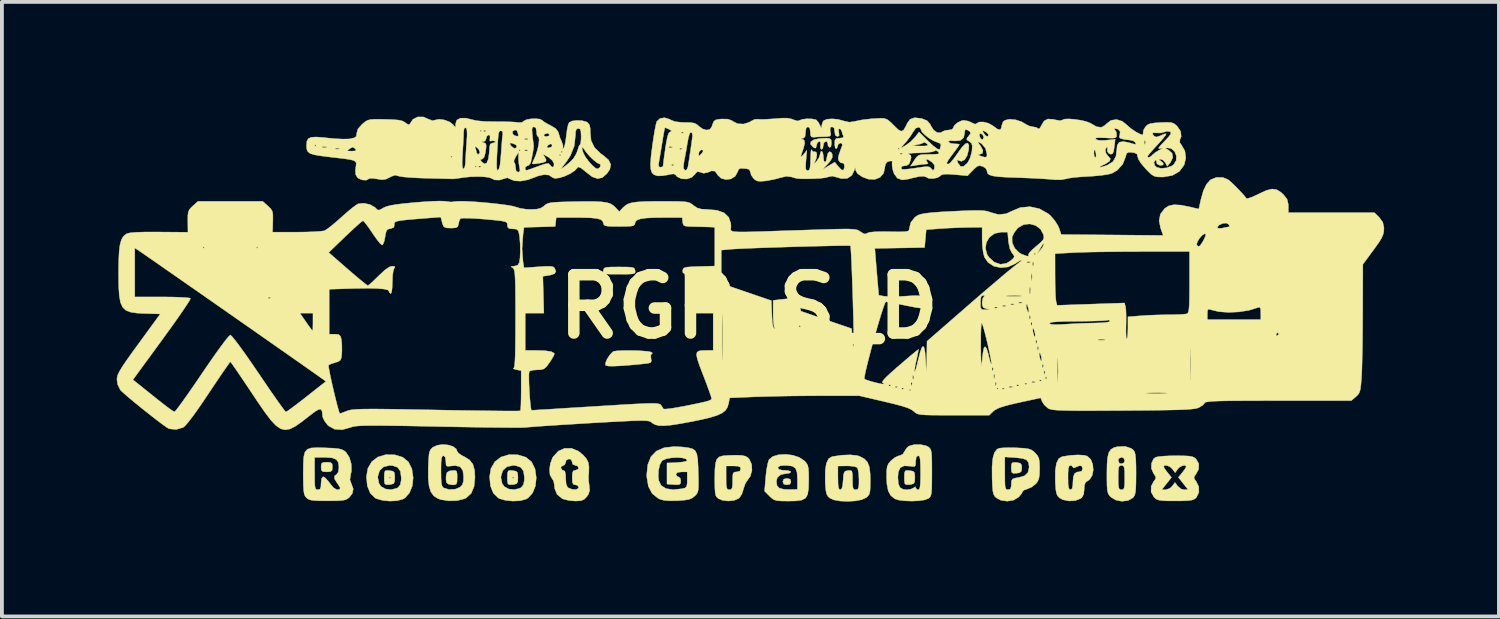
<source format=kicad_pcb>
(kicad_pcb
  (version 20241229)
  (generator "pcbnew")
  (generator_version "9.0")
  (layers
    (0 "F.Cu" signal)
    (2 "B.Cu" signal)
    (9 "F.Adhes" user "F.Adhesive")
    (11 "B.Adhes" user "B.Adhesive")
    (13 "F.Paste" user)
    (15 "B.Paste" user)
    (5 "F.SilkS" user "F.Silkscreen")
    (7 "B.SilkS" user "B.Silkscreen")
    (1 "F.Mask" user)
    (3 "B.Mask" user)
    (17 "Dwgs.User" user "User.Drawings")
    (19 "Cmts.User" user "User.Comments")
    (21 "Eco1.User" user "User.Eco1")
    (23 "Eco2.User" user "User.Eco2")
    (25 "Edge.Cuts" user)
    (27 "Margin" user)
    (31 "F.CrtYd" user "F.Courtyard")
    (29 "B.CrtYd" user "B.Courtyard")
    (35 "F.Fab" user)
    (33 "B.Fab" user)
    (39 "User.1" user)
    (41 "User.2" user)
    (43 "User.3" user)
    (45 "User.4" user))
  (footprint "RGP_S_D"
    (layer "F.Cu")
    (at 16.515 4.962)
    (property "Reference" "RGP_S_D" (at 0 0 0) (layer "F.SilkS") (effects (font (size 1.524 1.524) (thickness 0.3))))
    (attr through_hole)
    (fp_poly (pts (xy 1.078 4.507) (xy 1.101 4.572) (xy 1.076 4.638) (xy 0.995 4.657) (xy 0.912 4.637) (xy 0.889 4.572) (xy 0.914 4.506) (xy 0.995 4.487) (xy 1.078 4.507)) (stroke (width 0.01) (type solid)) (fill yes) (layer "F.SilkS"))
    (fp_poly (pts (xy -10.928 4.071) (xy -10.887 4.107) (xy -10.88 4.191) (xy -10.888 4.276) (xy -10.93 4.311) (xy -11.028 4.318) (xy -11.127 4.311) (xy -11.168 4.275) (xy -11.176 4.191) (xy -11.168 4.106) (xy -11.126 4.071) (xy -11.028 4.064) (xy -10.928 4.071)) (stroke (width 0.01) (type solid)) (fill yes) (layer "F.SilkS"))
    (fp_poly (pts (xy 6.996 4.072) (xy 7.091 4.091) (xy 7.128 4.14) (xy 7.133 4.212) (xy 7.122 4.301) (xy 7.073 4.34) (xy 6.996 4.352) (xy 6.905 4.355) (xy 6.866 4.324) (xy 6.858 4.236) (xy 6.858 4.212) (xy 6.863 4.111) (xy 6.895 4.071) (xy 6.975 4.07) (xy 6.996 4.072)) (stroke (width 0.01) (type solid)) (fill yes) (layer "F.SilkS"))
    (fp_poly (pts (xy -7.633 4.303) (xy -7.621 4.375) (xy -7.62 4.463) (xy -7.624 4.582) (xy -7.644 4.638) (xy -7.697 4.655) (xy -7.748 4.657) (xy -7.847 4.639) (xy -7.9 4.597) (xy -7.912 4.512) (xy -7.909 4.417) (xy -7.885 4.331) (xy -7.821 4.293) (xy -7.758 4.284) (xy -7.673 4.279) (xy -7.633 4.303)) (stroke (width 0.01) (type solid)) (fill yes) (layer "F.SilkS"))
    (fp_poly (pts (xy 4.202 4.284) (xy 4.29 4.299) (xy 4.329 4.339) (xy 4.339 4.43) (xy 4.339 4.466) (xy 4.334 4.575) (xy 4.304 4.626) (xy 4.231 4.646) (xy 4.202 4.649) (xy 4.118 4.653) (xy 4.078 4.63) (xy 4.065 4.559) (xy 4.064 4.466) (xy 4.067 4.347) (xy 4.086 4.292) (xy 4.136 4.279) (xy 4.202 4.284)) (stroke (width 0.01) (type solid)) (fill yes) (layer "F.SilkS"))
    (fp_poly (pts (xy -9.387 4.284) (xy -9.299 4.299) (xy -9.26 4.339) (xy -9.25 4.43) (xy -9.25 4.466) (xy -9.255 4.575) (xy -9.285 4.626) (xy -9.358 4.646) (xy -9.387 4.649) (xy -9.471 4.653) (xy -9.511 4.63) (xy -9.524 4.559) (xy -9.525 4.466) (xy -9.398 4.466) (xy -9.377 4.487) (xy -9.356 4.466) (xy -9.377 4.445) (xy -9.398 4.466) (xy -9.525 4.466) (xy -9.522 4.347) (xy -9.503 4.292) (xy -9.453 4.279) (xy -9.387 4.284)) (stroke (width 0.01) (type solid)) (fill yes) (layer "F.SilkS"))
    (fp_poly (pts (xy -6.17 4.284) (xy -6.082 4.299) (xy -6.043 4.339) (xy -6.033 4.43) (xy -6.032 4.466) (xy -6.038 4.575) (xy -6.067 4.626) (xy -6.141 4.646) (xy -6.17 4.649) (xy -6.254 4.653) (xy -6.294 4.63) (xy -6.307 4.559) (xy -6.308 4.466) (xy -6.181 4.466) (xy -6.16 4.487) (xy -6.138 4.466) (xy -6.16 4.445) (xy -6.181 4.466) (xy -6.308 4.466) (xy -6.305 4.347) (xy -6.286 4.292) (xy -6.235 4.279) (xy -6.17 4.284)) (stroke (width 0.01) (type solid)) (fill yes) (layer "F.SilkS"))
    (fp_poly (pts (xy -3.2 -1.036) (xy -3.081 -1.03) (xy -3.015 -1.016) (xy -2.984 -0.99) (xy -2.972 -0.947) (xy -2.971 -0.942) (xy -2.968 -0.899) (xy -2.985 -0.871) (xy -3.035 -0.856) (xy -3.135 -0.849) (xy -3.298 -0.847) (xy -3.387 -0.847) (xy -3.58 -0.847) (xy -3.704 -0.852) (xy -3.773 -0.864) (xy -3.801 -0.886) (xy -3.805 -0.922) (xy -3.802 -0.942) (xy -3.791 -0.986) (xy -3.763 -1.014) (xy -3.701 -1.029) (xy -3.588 -1.036) (xy -3.409 -1.037) (xy -3.387 -1.037) (xy -3.2 -1.036)) (stroke (width 0.01) (type solid)) (fill yes) (layer "F.SilkS"))
    (fp_poly (pts (xy -2.944 1.149) (xy -2.77 1.158) (xy -2.633 1.17) (xy -2.561 1.185) (xy -2.515 1.214) (xy -2.528 1.225) (xy -2.562 1.264) (xy -2.556 1.35) (xy -2.546 1.419) (xy -2.562 1.457) (xy -2.624 1.479) (xy -2.748 1.494) (xy -2.779 1.497) (xy -3.108 1.528) (xy -3.361 1.547) (xy -3.544 1.555) (xy -3.665 1.553) (xy -3.73 1.539) (xy -3.745 1.527) (xy -3.742 1.463) (xy -3.7 1.365) (xy -3.634 1.264) (xy -3.563 1.188) (xy -3.531 1.168) (xy -3.449 1.155) (xy -3.308 1.148) (xy -3.132 1.146) (xy -2.944 1.149)) (stroke (width 0.01) (type solid)) (fill yes) (layer "F.SilkS"))
    (fp_poly (pts (xy 2.113 -4.395) (xy 2.152 -4.356) (xy 2.159 -4.272) (xy 2.145 -4.178) (xy 2.106 -4.16) (xy 2.067 -4.211) (xy 2.066 -4.248) (xy 2.046 -4.308) (xy 2.013 -4.318) (xy 1.96 -4.281) (xy 1.947 -4.212) (xy 1.931 -4.133) (xy 1.9 -4.106) (xy 1.871 -4.142) (xy 1.873 -4.212) (xy 1.871 -4.298) (xy 1.838 -4.318) (xy 1.792 -4.282) (xy 1.77 -4.215) (xy 1.752 -4.145) (xy 1.713 -4.146) (xy 1.683 -4.167) (xy 1.613 -4.244) (xy 1.622 -4.311) (xy 1.703 -4.362) (xy 1.851 -4.394) (xy 2.016 -4.403) (xy 2.113 -4.395)) (stroke (width 0.01) (type solid)) (fill yes) (layer "F.SilkS"))
    (fp_poly (pts (xy -9.251 3.871) (xy -9.041 3.935) (xy -8.894 4.056) (xy -8.805 4.236) (xy -8.802 4.246) (xy -8.77 4.472) (xy -8.793 4.685) (xy -8.866 4.866) (xy -8.981 4.996) (xy -9.041 5.031) (xy -9.193 5.071) (xy -9.382 5.08) (xy -9.574 5.061) (xy -9.731 5.016) (xy -9.763 4.999) (xy -9.891 4.874) (xy -9.967 4.687) (xy -9.989 4.466) (xy -9.694 4.466) (xy -9.664 4.617) (xy -9.61 4.699) (xy -9.491 4.765) (xy -9.341 4.781) (xy -9.199 4.746) (xy -9.163 4.724) (xy -9.106 4.653) (xy -9.083 4.536) (xy -9.081 4.466) (xy -9.103 4.3) (xy -9.177 4.198) (xy -9.309 4.153) (xy -9.385 4.149) (xy -9.541 4.185) (xy -9.647 4.285) (xy -9.693 4.437) (xy -9.694 4.466) (xy -9.989 4.466) (xy -9.991 4.445) (xy -9.954 4.226) (xy -9.852 4.051) (xy -9.692 3.929) (xy -9.486 3.867) (xy -9.251 3.871)) (stroke (width 0.01) (type solid)) (fill yes) (layer "F.SilkS"))
    (fp_poly (pts (xy -6.034 3.871) (xy -5.824 3.935) (xy -5.676 4.056) (xy -5.587 4.236) (xy -5.585 4.246) (xy -5.553 4.472) (xy -5.576 4.685) (xy -5.648 4.866) (xy -5.764 4.996) (xy -5.823 5.031) (xy -5.975 5.071) (xy -6.165 5.08) (xy -6.357 5.061) (xy -6.514 5.016) (xy -6.546 4.999) (xy -6.674 4.874) (xy -6.75 4.687) (xy -6.771 4.466) (xy -6.477 4.466) (xy -6.447 4.617) (xy -6.392 4.699) (xy -6.273 4.765) (xy -6.124 4.781) (xy -5.982 4.746) (xy -5.945 4.724) (xy -5.889 4.653) (xy -5.865 4.536) (xy -5.863 4.466) (xy -5.886 4.3) (xy -5.959 4.198) (xy -6.092 4.153) (xy -6.168 4.149) (xy -6.323 4.185) (xy -6.43 4.285) (xy -6.476 4.437) (xy -6.477 4.466) (xy -6.771 4.466) (xy -6.773 4.445) (xy -6.737 4.226) (xy -6.634 4.051) (xy -6.475 3.929) (xy -6.268 3.867) (xy -6.034 3.871)) (stroke (width 0.01) (type solid)) (fill yes) (layer "F.SilkS"))
    (fp_poly (pts (xy -0.184 3.887) (xy -0.09 3.907) (xy -0.026 3.943) (xy 0.01 3.981) (xy 0.074 4.12) (xy 0.082 4.284) (xy 0.036 4.437) (xy -0.015 4.506) (xy -0.089 4.616) (xy -0.138 4.753) (xy -0.141 4.769) (xy -0.182 4.898) (xy -0.248 4.998) (xy -0.257 5.006) (xy -0.379 5.061) (xy -0.538 5.078) (xy -0.696 5.058) (xy -0.795 5.014) (xy -0.837 4.979) (xy -0.864 4.932) (xy -0.879 4.856) (xy -0.887 4.734) (xy -0.889 4.548) (xy -0.889 4.488) (xy -0.886 4.254) (xy -0.877 4.163) (xy -0.593 4.163) (xy -0.593 4.473) (xy -0.591 4.633) (xy -0.581 4.727) (xy -0.559 4.771) (xy -0.521 4.783) (xy -0.508 4.784) (xy -0.459 4.774) (xy -0.434 4.73) (xy -0.424 4.633) (xy -0.423 4.551) (xy -0.421 4.417) (xy -0.406 4.348) (xy -0.37 4.322) (xy -0.318 4.318) (xy -0.233 4.297) (xy -0.212 4.24) (xy -0.227 4.191) (xy -0.286 4.168) (xy -0.402 4.163) (xy -0.593 4.163) (xy -0.877 4.163) (xy -0.87 4.091) (xy -0.835 3.986) (xy -0.773 3.926) (xy -0.675 3.897) (xy -0.537 3.886) (xy -0.327 3.881) (xy -0.184 3.887)) (stroke (width 0.01) (type solid)) (fill yes) (layer "F.SilkS"))
    (fp_poly (pts (xy 1.147 3.882) (xy 1.318 3.938) (xy 1.449 4.025) (xy 1.505 4.086) (xy 1.539 4.148) (xy 1.558 4.232) (xy 1.565 4.359) (xy 1.566 4.526) (xy 1.561 4.752) (xy 1.537 4.906) (xy 1.482 5.003) (xy 1.381 5.055) (xy 1.224 5.076) (xy 1.034 5.08) (xy 0.856 5.078) (xy 0.739 5.069) (xy 0.661 5.047) (xy 0.598 5.005) (xy 0.541 4.951) (xy 0.412 4.821) (xy 0.433 4.565) (xy 0.72 4.565) (xy 0.737 4.678) (xy 0.8 4.744) (xy 0.922 4.774) (xy 1.044 4.778) (xy 1.27 4.775) (xy 1.27 4.506) (xy 1.26 4.331) (xy 1.221 4.224) (xy 1.139 4.168) (xy 0.997 4.15) (xy 0.934 4.149) (xy 0.815 4.159) (xy 0.766 4.193) (xy 0.762 4.212) (xy 0.79 4.256) (xy 0.883 4.275) (xy 0.931 4.276) (xy 1.037 4.285) (xy 1.096 4.309) (xy 1.101 4.318) (xy 1.064 4.35) (xy 0.992 4.36) (xy 0.838 4.387) (xy 0.745 4.465) (xy 0.72 4.565) (xy 0.433 4.565) (xy 0.442 4.453) (xy 0.462 4.274) (xy 0.49 4.119) (xy 0.52 4.013) (xy 0.53 3.994) (xy 0.628 3.914) (xy 0.779 3.87) (xy 0.96 3.859) (xy 1.147 3.882)) (stroke (width 0.01) (type solid)) (fill yes) (layer "F.SilkS"))
    (fp_poly (pts (xy 8.756 3.883) (xy 8.845 3.906) (xy 8.936 3.993) (xy 8.987 4.124) (xy 8.999 4.274) (xy 8.97 4.415) (xy 8.901 4.521) (xy 8.856 4.55) (xy 8.794 4.597) (xy 8.767 4.68) (xy 8.763 4.77) (xy 8.749 4.904) (xy 8.701 4.988) (xy 8.669 5.014) (xy 8.533 5.067) (xy 8.365 5.077) (xy 8.206 5.045) (xy 8.122 4.999) (xy 8.072 4.95) (xy 8.041 4.886) (xy 8.022 4.787) (xy 8.011 4.632) (xy 8.007 4.553) (xy 8.008 4.466) (xy 8.34 4.466) (xy 8.343 4.634) (xy 8.355 4.732) (xy 8.379 4.776) (xy 8.403 4.784) (xy 8.448 4.755) (xy 8.466 4.661) (xy 8.467 4.618) (xy 8.477 4.455) (xy 8.512 4.36) (xy 8.579 4.321) (xy 8.619 4.318) (xy 8.7 4.296) (xy 8.721 4.233) (xy 8.7 4.163) (xy 8.632 4.157) (xy 8.549 4.192) (xy 8.481 4.215) (xy 8.467 4.192) (xy 8.432 4.154) (xy 8.403 4.149) (xy 8.37 4.165) (xy 8.35 4.225) (xy 8.341 4.344) (xy 8.34 4.466) (xy 8.008 4.466) (xy 8.008 4.284) (xy 8.038 4.092) (xy 8.097 3.971) (xy 8.186 3.918) (xy 8.397 3.886) (xy 8.595 3.874) (xy 8.756 3.883)) (stroke (width 0.01) (type solid)) (fill yes) (layer "F.SilkS"))
    (fp_poly (pts (xy -7.858 3.614) (xy -7.73 3.653) (xy -7.644 3.717) (xy -7.62 3.782) (xy -7.585 3.829) (xy -7.496 3.889) (xy -7.44 3.917) (xy -7.298 4.004) (xy -7.209 4.118) (xy -7.165 4.277) (xy -7.155 4.458) (xy -7.179 4.7) (xy -7.253 4.878) (xy -7.38 4.995) (xy -7.431 5.02) (xy -7.621 5.067) (xy -7.842 5.074) (xy -8.048 5.041) (xy -8.119 5.016) (xy -8.23 4.947) (xy -8.307 4.842) (xy -8.354 4.69) (xy -8.376 4.479) (xy -8.375 4.295) (xy -8.043 4.295) (xy -8.041 4.488) (xy -8.032 4.613) (xy -8.014 4.688) (xy -7.983 4.729) (xy -7.969 4.738) (xy -7.831 4.778) (xy -7.672 4.769) (xy -7.545 4.718) (xy -7.485 4.657) (xy -7.457 4.566) (xy -7.451 4.444) (xy -7.472 4.281) (xy -7.54 4.186) (xy -7.662 4.153) (xy -7.774 4.163) (xy -7.87 4.173) (xy -7.909 4.145) (xy -7.916 4.057) (xy -7.916 4.04) (xy -7.931 3.932) (xy -7.976 3.895) (xy -7.98 3.895) (xy -8.01 3.909) (xy -8.029 3.962) (xy -8.04 4.067) (xy -8.043 4.239) (xy -8.043 4.295) (xy -8.375 4.295) (xy -8.375 4.201) (xy -8.367 4) (xy -8.356 3.866) (xy -8.337 3.78) (xy -8.308 3.725) (xy -8.263 3.681) (xy -8.261 3.679) (xy -8.147 3.623) (xy -8.005 3.602) (xy -7.858 3.614)) (stroke (width 0.01) (type solid)) (fill yes) (layer "F.SilkS"))
    (fp_poly (pts (xy 2.831 3.891) (xy 2.895 3.911) (xy 3.019 3.977) (xy 3.101 4.064) (xy 3.149 4.188) (xy 3.171 4.367) (xy 3.175 4.536) (xy 3.173 4.716) (xy 3.165 4.831) (xy 3.145 4.904) (xy 3.107 4.955) (xy 3.063 4.992) (xy 2.949 5.044) (xy 2.78 5.076) (xy 2.585 5.088) (xy 2.39 5.079) (xy 2.223 5.05) (xy 2.111 4.999) (xy 2.111 4.999) (xy 2.061 4.95) (xy 2.03 4.886) (xy 2.011 4.787) (xy 1.999 4.632) (xy 1.996 4.553) (xy 1.997 4.284) (xy 2.015 4.165) (xy 2.328 4.165) (xy 2.328 4.474) (xy 2.332 4.641) (xy 2.345 4.737) (xy 2.371 4.779) (xy 2.39 4.784) (xy 2.428 4.758) (xy 2.452 4.671) (xy 2.464 4.54) (xy 2.474 4.403) (xy 2.493 4.328) (xy 2.531 4.295) (xy 2.593 4.283) (xy 2.657 4.28) (xy 2.692 4.3) (xy 2.706 4.362) (xy 2.709 4.486) (xy 2.709 4.527) (xy 2.712 4.67) (xy 2.726 4.747) (xy 2.756 4.779) (xy 2.794 4.784) (xy 2.84 4.775) (xy 2.866 4.736) (xy 2.877 4.648) (xy 2.879 4.514) (xy 2.87 4.346) (xy 2.846 4.234) (xy 2.826 4.2) (xy 2.755 4.176) (xy 2.634 4.163) (xy 2.551 4.161) (xy 2.328 4.165) (xy 2.015 4.165) (xy 2.027 4.092) (xy 2.086 3.971) (xy 2.175 3.918) (xy 2.425 3.881) (xy 2.651 3.872) (xy 2.831 3.891)) (stroke (width 0.01) (type solid)) (fill yes) (layer "F.SilkS"))
    (fp_poly (pts (xy 6.954 3.687) (xy 7.004 3.689) (xy 7.185 3.699) (xy 7.304 3.715) (xy 7.384 3.743) (xy 7.449 3.79) (xy 7.481 3.822) (xy 7.545 3.894) (xy 7.58 3.969) (xy 7.595 4.074) (xy 7.599 4.231) (xy 7.594 4.397) (xy 7.576 4.505) (xy 7.538 4.582) (xy 7.498 4.63) (xy 7.391 4.714) (xy 7.276 4.764) (xy 7.189 4.795) (xy 7.154 4.831) (xy 7.127 4.886) (xy 7.06 4.966) (xy 7.05 4.976) (xy 6.917 5.056) (xy 6.75 5.083) (xy 6.582 5.058) (xy 6.471 4.999) (xy 6.425 4.955) (xy 6.395 4.9) (xy 6.376 4.815) (xy 6.365 4.681) (xy 6.356 4.483) (xy 6.356 4.355) (xy 6.689 4.355) (xy 6.69 4.549) (xy 6.695 4.674) (xy 6.708 4.744) (xy 6.731 4.776) (xy 6.767 4.784) (xy 6.773 4.784) (xy 6.832 4.767) (xy 6.855 4.701) (xy 6.858 4.638) (xy 6.863 4.548) (xy 6.895 4.501) (xy 6.975 4.476) (xy 7.05 4.464) (xy 7.206 4.419) (xy 7.293 4.335) (xy 7.323 4.202) (xy 7.323 4.183) (xy 7.309 4.075) (xy 7.257 4.006) (xy 7.152 3.966) (xy 6.979 3.946) (xy 6.967 3.945) (xy 6.689 3.927) (xy 6.689 4.355) (xy 6.356 4.355) (xy 6.355 4.187) (xy 6.375 3.967) (xy 6.417 3.816) (xy 6.484 3.727) (xy 6.541 3.7) (xy 6.631 3.69) (xy 6.778 3.685) (xy 6.954 3.687)) (stroke (width 0.01) (type solid)) (fill yes) (layer "F.SilkS"))
    (fp_poly (pts (xy 9.995 3.705) (xy 10.051 3.75) (xy 10.08 3.794) (xy 10.099 3.87) (xy 10.111 3.992) (xy 10.117 4.173) (xy 10.118 4.363) (xy 10.116 4.592) (xy 10.111 4.751) (xy 10.1 4.858) (xy 10.081 4.927) (xy 10.052 4.975) (xy 10.033 4.995) (xy 9.91 5.065) (xy 9.752 5.085) (xy 9.592 5.055) (xy 9.462 4.979) (xy 9.46 4.976) (xy 9.415 4.927) (xy 9.386 4.873) (xy 9.368 4.798) (xy 9.359 4.683) (xy 9.356 4.512) (xy 9.356 4.466) (xy 9.652 4.466) (xy 9.654 4.628) (xy 9.663 4.724) (xy 9.684 4.769) (xy 9.721 4.783) (xy 9.737 4.784) (xy 9.78 4.776) (xy 9.805 4.742) (xy 9.818 4.664) (xy 9.821 4.523) (xy 9.821 4.466) (xy 9.819 4.304) (xy 9.81 4.209) (xy 9.789 4.163) (xy 9.752 4.149) (xy 9.737 4.149) (xy 9.693 4.156) (xy 9.668 4.19) (xy 9.656 4.269) (xy 9.652 4.409) (xy 9.652 4.466) (xy 9.356 4.466) (xy 9.356 4.372) (xy 9.36 4.117) (xy 9.368 4.022) (xy 9.652 4.022) (xy 9.682 4.092) (xy 9.737 4.106) (xy 9.807 4.076) (xy 9.821 4.022) (xy 9.791 3.951) (xy 9.737 3.937) (xy 9.666 3.967) (xy 9.652 4.022) (xy 9.368 4.022) (xy 9.376 3.933) (xy 9.409 3.808) (xy 9.463 3.728) (xy 9.545 3.681) (xy 9.632 3.659) (xy 9.833 3.651) (xy 9.995 3.705)) (stroke (width 0.01) (type solid)) (fill yes) (layer "F.SilkS"))
    (fp_poly (pts (xy -4.63 3.702) (xy -4.448 3.778) (xy -4.323 3.882) (xy -4.241 3.977) (xy -4.194 4.071) (xy -4.176 4.188) (xy -4.181 4.352) (xy -4.189 4.445) (xy -4.187 4.526) (xy -4.173 4.647) (xy -4.168 4.678) (xy -4.16 4.81) (xy -4.195 4.911) (xy -4.232 4.964) (xy -4.3 5.034) (xy -4.38 5.069) (xy -4.503 5.078) (xy -4.543 5.078) (xy -4.696 5.065) (xy -4.831 5.033) (xy -4.878 5.014) (xy -5.011 4.904) (xy -5.073 4.751) (xy -5.08 4.665) (xy -5.1 4.556) (xy -5.144 4.487) (xy -5.194 4.397) (xy -5.207 4.259) (xy -5.201 4.212) (xy -4.911 4.212) (xy -4.877 4.268) (xy -4.847 4.276) (xy -4.807 4.299) (xy -4.788 4.378) (xy -4.784 4.485) (xy -4.774 4.63) (xy -4.74 4.712) (xy -4.71 4.738) (xy -4.605 4.776) (xy -4.51 4.778) (xy -4.451 4.744) (xy -4.445 4.72) (xy -4.48 4.668) (xy -4.53 4.657) (xy -4.583 4.644) (xy -4.608 4.592) (xy -4.614 4.48) (xy -4.614 4.466) (xy -4.609 4.347) (xy -4.586 4.291) (xy -4.536 4.276) (xy -4.53 4.276) (xy -4.461 4.249) (xy -4.445 4.212) (xy -4.48 4.16) (xy -4.53 4.149) (xy -4.6 4.119) (xy -4.614 4.064) (xy -4.644 3.993) (xy -4.699 3.979) (xy -4.77 4.009) (xy -4.784 4.064) (xy -4.81 4.133) (xy -4.847 4.149) (xy -4.903 4.183) (xy -4.911 4.212) (xy -5.201 4.212) (xy -5.186 4.102) (xy -5.131 3.954) (xy -5.112 3.921) (xy -4.976 3.774) (xy -4.81 3.701) (xy -4.63 3.702)) (stroke (width 0.01) (type solid)) (fill yes) (layer "F.SilkS"))
    (fp_poly (pts (xy -1.748 3.666) (xy -1.588 3.685) (xy -1.475 3.713) (xy -1.402 3.763) (xy -1.358 3.85) (xy -1.335 3.987) (xy -1.324 4.188) (xy -1.32 4.326) (xy -1.315 4.544) (xy -1.315 4.695) (xy -1.323 4.794) (xy -1.341 4.859) (xy -1.371 4.906) (xy -1.416 4.951) (xy -1.484 5.004) (xy -1.565 5.037) (xy -1.684 5.056) (xy -1.863 5.069) (xy -1.873 5.069) (xy -2.071 5.073) (xy -2.211 5.062) (xy -2.318 5.033) (xy -2.371 5.008) (xy -2.526 4.882) (xy -2.625 4.694) (xy -2.664 4.459) (xy -2.364 4.459) (xy -2.353 4.545) (xy -2.29 4.674) (xy -2.163 4.754) (xy -1.978 4.782) (xy -1.741 4.757) (xy -1.662 4.736) (xy -1.623 4.696) (xy -1.61 4.612) (xy -1.609 4.524) (xy -1.609 4.318) (xy -1.757 4.318) (xy -1.866 4.332) (xy -1.905 4.376) (xy -1.905 4.381) (xy -1.871 4.438) (xy -1.841 4.445) (xy -1.791 4.482) (xy -1.778 4.553) (xy -1.785 4.621) (xy -1.822 4.649) (xy -1.911 4.652) (xy -1.958 4.649) (xy -2.138 4.636) (xy -2.138 4.085) (xy -1.873 4.073) (xy -1.736 4.06) (xy -1.641 4.041) (xy -1.609 4.02) (xy -1.646 3.977) (xy -1.743 3.951) (xy -1.875 3.942) (xy -2.02 3.95) (xy -2.153 3.974) (xy -2.251 4.015) (xy -2.271 4.03) (xy -2.327 4.133) (xy -2.36 4.286) (xy -2.364 4.459) (xy -2.664 4.459) (xy -2.666 4.446) (xy -2.667 4.391) (xy -2.639 4.124) (xy -2.556 3.919) (xy -2.414 3.773) (xy -2.212 3.686) (xy -1.949 3.656) (xy -1.748 3.666)) (stroke (width 0.01) (type solid)) (fill yes) (layer "F.SilkS"))
    (fp_poly (pts (xy 4.631 3.634) (xy 4.69 3.664) (xy 4.726 3.694) (xy 4.752 3.734) (xy 4.769 3.797) (xy 4.778 3.898) (xy 4.783 4.052) (xy 4.784 4.273) (xy 4.784 4.339) (xy 4.783 4.578) (xy 4.78 4.747) (xy 4.772 4.86) (xy 4.757 4.932) (xy 4.734 4.976) (xy 4.7 5.007) (xy 4.69 5.014) (xy 4.592 5.05) (xy 4.437 5.072) (xy 4.255 5.08) (xy 4.07 5.073) (xy 3.913 5.053) (xy 3.815 5.021) (xy 3.709 4.936) (xy 3.642 4.813) (xy 3.608 4.635) (xy 3.6 4.459) (xy 3.895 4.459) (xy 3.907 4.628) (xy 3.951 4.728) (xy 4.036 4.775) (xy 4.128 4.784) (xy 4.237 4.768) (xy 4.31 4.733) (xy 4.351 4.703) (xy 4.36 4.733) (xy 4.394 4.778) (xy 4.424 4.784) (xy 4.453 4.77) (xy 4.472 4.72) (xy 4.482 4.62) (xy 4.487 4.456) (xy 4.487 4.339) (xy 4.485 4.136) (xy 4.478 4.004) (xy 4.464 3.929) (xy 4.441 3.898) (xy 4.424 3.895) (xy 4.377 3.926) (xy 4.361 4.028) (xy 4.36 4.045) (xy 4.356 4.144) (xy 4.325 4.179) (xy 4.243 4.173) (xy 4.217 4.168) (xy 4.059 4.159) (xy 3.958 4.207) (xy 3.906 4.319) (xy 3.895 4.459) (xy 3.6 4.459) (xy 3.6 4.452) (xy 3.602 4.288) (xy 3.615 4.181) (xy 3.646 4.107) (xy 3.703 4.038) (xy 3.722 4.018) (xy 3.822 3.939) (xy 3.915 3.897) (xy 3.935 3.895) (xy 4.023 3.856) (xy 4.063 3.791) (xy 4.125 3.694) (xy 4.186 3.643) (xy 4.32 3.605) (xy 4.482 3.603) (xy 4.631 3.634)) (stroke (width 0.01) (type solid)) (fill yes) (layer "F.SilkS"))
    (fp_poly (pts (xy 11.357 3.897) (xy 11.496 3.904) (xy 11.587 3.92) (xy 11.646 3.948) (xy 11.684 3.979) (xy 11.758 4.105) (xy 11.752 4.248) (xy 11.689 4.366) (xy 11.636 4.442) (xy 11.637 4.495) (xy 11.689 4.567) (xy 11.756 4.705) (xy 11.759 4.854) (xy 11.697 4.981) (xy 11.687 4.993) (xy 11.639 5.03) (xy 11.574 5.054) (xy 11.474 5.068) (xy 11.322 5.074) (xy 11.141 5.075) (xy 10.935 5.074) (xy 10.795 5.067) (xy 10.704 5.053) (xy 10.644 5.028) (xy 10.598 4.989) (xy 10.588 4.979) (xy 10.511 4.843) (xy 10.512 4.784) (xy 10.788 4.784) (xy 10.892 4.784) (xy 10.999 4.749) (xy 11.065 4.688) (xy 11.134 4.593) (xy 11.202 4.688) (xy 11.294 4.763) (xy 11.375 4.784) (xy 11.479 4.784) (xy 11.352 4.622) (xy 11.224 4.461) (xy 11.325 4.336) (xy 11.392 4.248) (xy 11.427 4.187) (xy 11.428 4.18) (xy 11.401 4.147) (xy 11.335 4.154) (xy 11.257 4.193) (xy 11.205 4.244) (xy 11.14 4.339) (xy 11.071 4.244) (xy 11.005 4.185) (xy 10.925 4.151) (xy 10.86 4.149) (xy 10.839 4.18) (xy 10.864 4.231) (xy 10.926 4.316) (xy 10.942 4.336) (xy 11.044 4.461) (xy 10.916 4.622) (xy 10.788 4.784) (xy 10.512 4.784) (xy 10.513 4.693) (xy 10.578 4.568) (xy 10.629 4.497) (xy 10.63 4.443) (xy 10.581 4.366) (xy 10.574 4.356) (xy 10.519 4.229) (xy 10.521 4.093) (xy 10.574 3.98) (xy 10.626 3.937) (xy 10.7 3.919) (xy 10.837 3.905) (xy 11.014 3.897) (xy 11.152 3.895) (xy 11.357 3.897)) (stroke (width 0.01) (type solid)) (fill yes) (layer "F.SilkS"))
    (fp_poly (pts (xy -11.074 3.689) (xy -11.055 3.69) (xy -10.856 3.698) (xy -10.722 3.712) (xy -10.633 3.733) (xy -10.569 3.768) (xy -10.525 3.805) (xy -10.437 3.937) (xy -10.387 4.112) (xy -10.383 4.295) (xy -10.404 4.394) (xy -10.423 4.523) (xy -10.389 4.617) (xy -10.336 4.76) (xy -10.358 4.879) (xy -10.429 4.972) (xy -10.479 5.016) (xy -10.536 5.045) (xy -10.617 5.062) (xy -10.74 5.07) (xy -10.925 5.073) (xy -11.004 5.073) (xy -11.216 5.072) (xy -11.361 5.065) (xy -11.456 5.051) (xy -11.518 5.026) (xy -11.56 4.992) (xy -11.594 4.949) (xy -11.617 4.891) (xy -11.631 4.801) (xy -11.639 4.663) (xy -11.642 4.463) (xy -11.642 4.367) (xy -11.64 4.11) (xy -11.63 3.937) (xy -11.345 3.937) (xy -11.345 4.36) (xy -11.344 4.553) (xy -11.339 4.676) (xy -11.326 4.746) (xy -11.302 4.776) (xy -11.265 4.784) (xy -11.261 4.784) (xy -11.205 4.769) (xy -11.181 4.712) (xy -11.176 4.614) (xy -11.163 4.491) (xy -11.125 4.446) (xy -11.118 4.445) (xy -11.062 4.478) (xy -10.987 4.561) (xy -10.948 4.614) (xy -10.855 4.728) (xy -10.77 4.781) (xy -10.752 4.784) (xy -10.685 4.772) (xy -10.679 4.727) (xy -10.734 4.639) (xy -10.753 4.614) (xy -10.824 4.5) (xy -10.825 4.425) (xy -10.774 4.387) (xy -10.726 4.324) (xy -10.71 4.194) (xy -10.725 4.072) (xy -10.778 3.994) (xy -10.882 3.952) (xy -11.053 3.938) (xy -11.11 3.937) (xy -11.345 3.937) (xy -11.63 3.937) (xy -11.629 3.925) (xy -11.598 3.802) (xy -11.537 3.729) (xy -11.437 3.693) (xy -11.286 3.684) (xy -11.074 3.689)) (stroke (width 0.01) (type solid)) (fill yes) (layer "F.SilkS"))
    (fp_poly (pts (xy -8.501 -4.956) (xy -8.366 -4.897) (xy -8.259 -4.858) (xy -8.2 -4.875) (xy -8.09 -4.897) (xy -7.949 -4.877) (xy -7.815 -4.824) (xy -7.744 -4.77) (xy -7.662 -4.683) (xy -7.662 -4.777) (xy -7.628 -4.876) (xy -7.533 -4.926) (xy -7.388 -4.925) (xy -7.27 -4.895) (xy -7.111 -4.858) (xy -6.894 -4.838) (xy -6.606 -4.834) (xy -6.597 -4.834) (xy -6.395 -4.833) (xy -6.218 -4.828) (xy -6.087 -4.82) (xy -6.028 -4.81) (xy -5.926 -4.814) (xy -5.885 -4.846) (xy -5.815 -4.884) (xy -5.698 -4.906) (xy -5.569 -4.911) (xy -5.457 -4.899) (xy -5.397 -4.867) (xy -5.345 -4.824) (xy -5.244 -4.766) (xy -5.182 -4.735) (xy -5.047 -4.654) (xy -4.98 -4.567) (xy -4.971 -4.535) (xy -4.932 -4.408) (xy -4.892 -4.318) (xy -4.857 -4.218) (xy -4.855 -4.149) (xy -4.864 -4.107) (xy -4.84 -4.137) (xy -4.832 -4.149) (xy -4.807 -4.223) (xy -4.783 -4.351) (xy -4.767 -4.482) (xy -4.747 -4.632) (xy -4.72 -4.753) (xy -4.695 -4.81) (xy -4.617 -4.85) (xy -4.492 -4.866) (xy -4.355 -4.859) (xy -4.241 -4.827) (xy -4.213 -4.811) (xy -4.163 -4.749) (xy -4.142 -4.646) (xy -4.142 -4.546) (xy -4.12 -4.335) (xy -4.032 -4.158) (xy -3.871 -4) (xy -3.803 -3.952) (xy -3.664 -3.833) (xy -3.607 -3.715) (xy -3.631 -3.588) (xy -3.706 -3.477) (xy -3.826 -3.372) (xy -3.951 -3.344) (xy -4.091 -3.392) (xy -4.252 -3.516) (xy -4.373 -3.615) (xy -4.447 -3.649) (xy -4.468 -3.638) (xy -4.548 -3.553) (xy -4.671 -3.473) (xy -4.812 -3.407) (xy -4.952 -3.364) (xy -5.067 -3.351) (xy -5.137 -3.377) (xy -5.141 -3.382) (xy -5.22 -3.437) (xy -5.348 -3.449) (xy -5.499 -3.417) (xy -5.56 -3.393) (xy -5.769 -3.315) (xy -5.965 -3.28) (xy -6.127 -3.289) (xy -6.212 -3.324) (xy -6.307 -3.367) (xy -6.389 -3.346) (xy -6.514 -3.307) (xy -6.64 -3.311) (xy -6.719 -3.35) (xy -6.789 -3.376) (xy -6.92 -3.393) (xy -7.09 -3.398) (xy -7.274 -3.393) (xy -7.451 -3.375) (xy -7.493 -3.368) (xy -7.623 -3.349) (xy -7.724 -3.338) (xy -7.747 -3.338) (xy -7.81 -3.34) (xy -7.941 -3.343) (xy -8.124 -3.348) (xy -8.341 -3.353) (xy -8.445 -3.355) (xy -8.675 -3.364) (xy -8.878 -3.376) (xy -9.039 -3.391) (xy -9.14 -3.408) (xy -9.161 -3.415) (xy -9.238 -3.436) (xy -9.332 -3.405) (xy -9.382 -3.378) (xy -9.489 -3.327) (xy -9.591 -3.316) (xy -9.715 -3.336) (xy -9.838 -3.354) (xy -9.917 -3.348) (xy -9.93 -3.339) (xy -9.994 -3.305) (xy -10.095 -3.309) (xy -10.193 -3.348) (xy -10.225 -3.373) (xy -10.271 -3.448) (xy -10.279 -3.56) (xy -10.271 -3.627) (xy -10.261 -3.7) (xy -10.259 -3.754) (xy -10.279 -3.792) (xy -10.301 -3.805) (xy -7.489 -3.805) (xy -7.487 -3.674) (xy -7.473 -3.609) (xy -7.457 -3.598) (xy -7.424 -3.636) (xy -7.419 -3.662) (xy -7.154 -3.662) (xy -7.133 -3.641) (xy -7.112 -3.662) (xy -7.119 -3.669) (xy -7.056 -3.669) (xy -7.05 -3.644) (xy -7.027 -3.641) (xy -6.992 -3.656) (xy -6.999 -3.669) (xy -7.049 -3.674) (xy -7.056 -3.669) (xy -7.119 -3.669) (xy -7.133 -3.683) (xy -7.154 -3.662) (xy -7.419 -3.662) (xy -7.406 -3.731) (xy -7.405 -3.757) (xy -7.401 -3.841) (xy -7.015 -3.841) (xy -6.989 -3.793) (xy -6.985 -3.789) (xy -6.908 -3.73) (xy -6.847 -3.753) (xy -6.832 -3.79) (xy -6.588 -3.79) (xy -6.587 -3.639) (xy -6.574 -3.564) (xy -6.565 -3.556) (xy -6.531 -3.593) (xy -6.504 -3.683) (xy -6.502 -3.694) (xy -6.492 -3.777) (xy -6.136 -3.777) (xy -6.132 -3.775) (xy -6.106 -3.727) (xy -6.096 -3.637) (xy -6.078 -3.541) (xy -6.028 -3.514) (xy -5.982 -3.531) (xy -5.982 -3.598) (xy -5.987 -3.619) (xy -5.842 -3.619) (xy -5.84 -3.581) (xy -5.825 -3.564) (xy -5.78 -3.569) (xy -5.726 -3.587) (xy -4.919 -3.587) (xy -4.79 -3.679) (xy -4.676 -3.773) (xy -4.579 -3.874) (xy -4.577 -3.877) (xy -4.506 -3.997) (xy -4.466 -4.108) (xy -4.451 -4.156) (xy -4.359 -4.156) (xy -4.348 -4.087) (xy -4.321 -4.008) (xy -4.267 -3.908) (xy -4.183 -3.795) (xy -4.088 -3.691) (xy -4.004 -3.618) (xy -3.958 -3.598) (xy -3.897 -3.632) (xy -3.879 -3.662) (xy -3.877 -3.716) (xy -3.893 -3.725) (xy -3.958 -3.755) (xy -4.055 -3.83) (xy -4.159 -3.931) (xy -4.249 -4.036) (xy -4.281 -4.083) (xy -4.336 -4.157) (xy -4.359 -4.156) (xy -4.451 -4.156) (xy -4.438 -4.196) (xy -4.41 -4.233) (xy -4.41 -4.233) (xy -4.393 -4.271) (xy -4.383 -4.369) (xy -4.381 -4.445) (xy -4.387 -4.574) (xy -4.407 -4.638) (xy -4.45 -4.656) (xy -4.456 -4.657) (xy -4.504 -4.639) (xy -4.526 -4.572) (xy -4.53 -4.477) (xy -4.562 -4.195) (xy -4.663 -3.943) (xy -4.768 -3.784) (xy -4.919 -3.587) (xy -5.726 -3.587) (xy -5.689 -3.599) (xy -5.537 -3.656) (xy -5.517 -3.663) (xy -5.367 -3.717) (xy -5.276 -3.74) (xy -5.225 -3.736) (xy -5.197 -3.705) (xy -5.14 -3.646) (xy -5.096 -3.659) (xy -5.088 -3.734) (xy -5.132 -3.817) (xy -5.226 -3.899) (xy -5.243 -3.91) (xy -5.327 -3.958) (xy -4.953 -3.958) (xy -4.932 -3.937) (xy -4.911 -3.958) (xy -4.932 -3.979) (xy -4.953 -3.958) (xy -5.327 -3.958) (xy -5.385 -3.992) (xy -5.329 -3.903) (xy -5.294 -3.834) (xy -5.306 -3.792) (xy -5.376 -3.765) (xy -5.499 -3.742) (xy -5.611 -3.727) (xy -5.656 -3.733) (xy -5.651 -3.769) (xy -5.635 -3.801) (xy -5.571 -3.944) (xy -5.539 -4.043) (xy -4.911 -4.043) (xy -4.889 -4.022) (xy -4.868 -4.043) (xy -4.889 -4.064) (xy -4.911 -4.043) (xy -5.539 -4.043) (xy -5.521 -4.099) (xy -5.507 -4.162) (xy -5.279 -4.162) (xy -5.241 -4.149) (xy -5.236 -4.149) (xy -5.163 -4.171) (xy -5.145 -4.188) (xy -5.14 -4.237) (xy -5.182 -4.251) (xy -5.24 -4.222) (xy -5.25 -4.212) (xy -5.279 -4.162) (xy -5.507 -4.162) (xy -5.489 -4.245) (xy -5.479 -4.364) (xy -5.494 -4.434) (xy -5.514 -4.445) (xy -5.536 -4.482) (xy -5.537 -4.487) (xy -5.355 -4.487) (xy -5.342 -4.454) (xy -5.294 -4.445) (xy -5.224 -4.462) (xy -5.207 -4.487) (xy -5.241 -4.525) (xy -5.268 -4.53) (xy -5.34 -4.504) (xy -5.355 -4.487) (xy -5.537 -4.487) (xy -5.546 -4.571) (xy -5.546 -4.572) (xy -5.563 -4.67) (xy -5.613 -4.699) (xy -5.65 -4.687) (xy -5.665 -4.637) (xy -5.66 -4.533) (xy -5.652 -4.457) (xy -5.636 -4.322) (xy -5.624 -4.225) (xy -5.62 -4.192) (xy -5.625 -4.138) (xy -5.642 -4.034) (xy -5.666 -3.909) (xy -5.69 -3.797) (xy -5.7 -3.757) (xy -5.746 -3.694) (xy -5.781 -3.683) (xy -5.835 -3.649) (xy -5.842 -3.619) (xy -5.987 -3.619) (xy -5.99 -3.63) (xy -6.011 -3.758) (xy -6.018 -3.891) (xy -6.016 -4.036) (xy -6.092 -3.913) (xy -6.133 -3.827) (xy -6.136 -3.777) (xy -6.492 -3.777) (xy -6.489 -3.805) (xy -6.475 -3.967) (xy -6.466 -4.085) (xy -6.011 -4.085) (xy -5.99 -4.064) (xy -5.98 -4.074) (xy -5.866 -4.074) (xy -5.824 -4.067) (xy -5.769 -4.075) (xy -5.769 -4.09) (xy -5.825 -4.1) (xy -5.85 -4.093) (xy -5.866 -4.074) (xy -5.98 -4.074) (xy -5.969 -4.085) (xy -5.99 -4.106) (xy -6.011 -4.085) (xy -6.466 -4.085) (xy -6.462 -4.144) (xy -6.462 -4.149) (xy -6.454 -4.261) (xy -6.249 -4.261) (xy -6.217 -4.208) (xy -6.201 -4.19) (xy -6.129 -4.134) (xy -6.078 -4.149) (xy -6.061 -4.201) (xy -6.096 -4.234) (xy -6.185 -4.27) (xy -6.219 -4.275) (xy -6.249 -4.261) (xy -6.454 -4.261) (xy -6.45 -4.312) (xy -6.445 -4.37) (xy -5.866 -4.37) (xy -5.824 -4.364) (xy -5.769 -4.371) (xy -5.769 -4.386) (xy -5.825 -4.396) (xy -5.85 -4.389) (xy -5.866 -4.37) (xy -6.445 -4.37) (xy -6.439 -4.446) (xy -6.429 -4.525) (xy -6.176 -4.525) (xy -6.131 -4.474) (xy -6.128 -4.473) (xy -6.042 -4.45) (xy -6.019 -4.48) (xy -6.028 -4.512) (xy -6.05 -4.579) (xy -6.054 -4.597) (xy -6.088 -4.612) (xy -6.117 -4.614) (xy -6.17 -4.585) (xy -6.176 -4.525) (xy -6.429 -4.525) (xy -6.429 -4.525) (xy -6.428 -4.53) (xy -6.445 -4.585) (xy -6.473 -4.593) (xy -6.5 -4.592) (xy -6.52 -4.578) (xy -6.534 -4.539) (xy -6.546 -4.462) (xy -6.557 -4.334) (xy -6.57 -4.141) (xy -6.578 -4.011) (xy -6.588 -3.79) (xy -6.832 -3.79) (xy -6.806 -3.856) (xy -6.801 -3.884) (xy -6.782 -4.025) (xy -6.774 -4.152) (xy -6.774 -4.159) (xy -6.758 -4.247) (xy -6.699 -4.275) (xy -6.686 -4.276) (xy -6.627 -4.291) (xy -6.624 -4.316) (xy -6.679 -4.338) (xy -6.718 -4.33) (xy -6.766 -4.326) (xy -6.766 -4.382) (xy -6.763 -4.396) (xy -6.763 -4.471) (xy -6.798 -4.487) (xy -6.847 -4.452) (xy -6.858 -4.403) (xy -6.889 -4.329) (xy -6.932 -4.313) (xy -6.984 -4.307) (xy -6.954 -4.295) (xy -6.932 -4.289) (xy -6.884 -4.268) (xy -6.863 -4.226) (xy -6.866 -4.141) (xy -6.885 -4.011) (xy -6.92 -3.895) (xy -6.972 -3.852) (xy -6.975 -3.852) (xy -7.015 -3.841) (xy -7.401 -3.841) (xy -7.4 -3.874) (xy -7.39 -4.044) (xy -7.382 -4.161) (xy -7.151 -4.161) (xy -7.141 -4.135) (xy -7.116 -4.051) (xy -7.112 -4.018) (xy -7.08 -3.98) (xy -7.07 -3.979) (xy -7.031 -4.013) (xy -7.027 -4.038) (xy -7.057 -4.11) (xy -7.099 -4.154) (xy -7.15 -4.189) (xy -7.151 -4.161) (xy -7.382 -4.161) (xy -7.377 -4.234) (xy -7.373 -4.286) (xy -7.361 -4.477) (xy -7.364 -4.593) (xy -7.027 -4.593) (xy -7.006 -4.572) (xy -6.985 -4.593) (xy -6.992 -4.6) (xy -6.929 -4.6) (xy -6.923 -4.575) (xy -6.9 -4.572) (xy -6.865 -4.587) (xy -6.872 -4.6) (xy -6.922 -4.605) (xy -6.929 -4.6) (xy -6.992 -4.6) (xy -7.006 -4.614) (xy -7.027 -4.593) (xy -7.364 -4.593) (xy -7.364 -4.598) (xy -7.38 -4.66) (xy -7.398 -4.676) (xy -7.438 -4.658) (xy -7.451 -4.561) (xy -7.451 -4.56) (xy -7.454 -4.458) (xy -7.461 -4.299) (xy -7.472 -4.109) (xy -7.478 -4.011) (xy -7.489 -3.805) (xy -10.301 -3.805) (xy -10.33 -3.821) (xy -10.425 -3.844) (xy -10.573 -3.866) (xy -10.788 -3.891) (xy -10.96 -3.911) (xy -10.996 -3.916) (xy -7.789 -3.916) (xy -7.768 -3.895) (xy -7.747 -3.916) (xy -7.768 -3.937) (xy -7.789 -3.916) (xy -10.996 -3.916) (xy -11.195 -3.941) (xy -11.358 -3.969) (xy -11.463 -4.003) (xy -11.523 -4.05) (xy -11.534 -4.076) (xy -10.495 -4.076) (xy -10.471 -4.068) (xy -10.388 -4.064) (xy -10.374 -4.064) (xy -10.284 -4.069) (xy -10.264 -4.092) (xy -10.287 -4.128) (xy -10.345 -4.169) (xy -10.409 -4.14) (xy -10.473 -4.092) (xy -10.495 -4.076) (xy -11.534 -4.076) (xy -11.549 -4.115) (xy -11.55 -4.119) (xy -10.811 -4.119) (xy -10.753 -4.113) (xy -10.693 -4.12) (xy -10.7 -4.134) (xy -10.786 -4.14) (xy -10.806 -4.134) (xy -10.811 -4.119) (xy -11.55 -4.119) (xy -11.553 -4.161) (xy -11.15 -4.161) (xy -11.091 -4.155) (xy -11.031 -4.162) (xy -11.038 -4.177) (xy -11.125 -4.182) (xy -11.144 -4.177) (xy -11.15 -4.161) (xy -11.553 -4.161) (xy -11.556 -4.206) (xy -11.556 -4.212) (xy -11.345 -4.212) (xy -11.324 -4.191) (xy -11.303 -4.212) (xy -11.324 -4.233) (xy -11.345 -4.212) (xy -11.556 -4.212) (xy -11.556 -4.218) (xy -11.547 -4.322) (xy -11.511 -4.389) (xy -11.434 -4.425) (xy -11.304 -4.433) (xy -11.108 -4.419) (xy -11.012 -4.407) (xy -10.811 -4.388) (xy -10.621 -4.379) (xy -10.47 -4.38) (xy -10.421 -4.385) (xy -10.309 -4.41) (xy -10.258 -4.447) (xy -10.245 -4.517) (xy -10.245 -4.53) (xy -10.211 -4.645) (xy -10.105 -4.765) (xy -10.094 -4.774) (xy -10.024 -4.832) (xy -9.961 -4.869) (xy -9.885 -4.889) (xy -9.776 -4.896) (xy -9.613 -4.896) (xy -9.503 -4.894) (xy -9.295 -4.887) (xy -9.153 -4.875) (xy -9.059 -4.854) (xy -8.994 -4.822) (xy -8.97 -4.802) (xy -8.896 -4.754) (xy -8.861 -4.767) (xy -8.778 -4.893) (xy -8.652 -4.957) (xy -8.501 -4.956)) (stroke (width 0.01) (type solid)) (fill yes) (layer "F.SilkS"))
    (fp_poly (pts (xy 4.5 -4.918) (xy 4.528 -4.911) (xy 4.655 -4.861) (xy 4.731 -4.779) (xy 4.759 -4.723) (xy 4.831 -4.612) (xy 4.923 -4.549) (xy 5.013 -4.544) (xy 5.05 -4.568) (xy 5.125 -4.602) (xy 5.215 -4.614) (xy 5.301 -4.627) (xy 5.334 -4.657) (xy 5.37 -4.735) (xy 5.457 -4.81) (xy 5.565 -4.86) (xy 5.621 -4.868) (xy 5.745 -4.845) (xy 5.83 -4.804) (xy 5.912 -4.767) (xy 5.948 -4.783) (xy 6.017 -4.823) (xy 6.13 -4.825) (xy 6.259 -4.792) (xy 6.375 -4.728) (xy 6.385 -4.72) (xy 6.5 -4.637) (xy 6.57 -4.622) (xy 6.601 -4.676) (xy 6.604 -4.719) (xy 6.64 -4.825) (xy 6.692 -4.87) (xy 6.814 -4.897) (xy 6.97 -4.882) (xy 7.125 -4.832) (xy 7.213 -4.78) (xy 7.323 -4.721) (xy 7.423 -4.699) (xy 7.516 -4.682) (xy 7.56 -4.651) (xy 7.594 -4.65) (xy 7.639 -4.721) (xy 7.645 -4.737) (xy 7.716 -4.853) (xy 7.814 -4.903) (xy 7.957 -4.893) (xy 8.008 -4.881) (xy 8.137 -4.859) (xy 8.198 -4.879) (xy 8.255 -4.901) (xy 8.369 -4.905) (xy 8.517 -4.893) (xy 8.674 -4.87) (xy 8.815 -4.837) (xy 8.917 -4.798) (xy 8.932 -4.789) (xy 9.087 -4.701) (xy 9.209 -4.685) (xy 9.31 -4.74) (xy 9.339 -4.772) (xy 9.462 -4.867) (xy 9.609 -4.89) (xy 9.759 -4.843) (xy 9.862 -4.76) (xy 9.977 -4.659) (xy 10.117 -4.564) (xy 10.148 -4.547) (xy 10.251 -4.497) (xy 10.297 -4.487) (xy 10.302 -4.516) (xy 10.3 -4.528) (xy 10.311 -4.609) (xy 10.362 -4.697) (xy 10.416 -4.75) (xy 10.488 -4.782) (xy 10.602 -4.8) (xy 10.761 -4.811) (xy 10.927 -4.816) (xy 11.034 -4.81) (xy 11.105 -4.786) (xy 11.166 -4.739) (xy 11.192 -4.714) (xy 11.283 -4.58) (xy 11.297 -4.444) (xy 11.264 -4.365) (xy 11.261 -4.285) (xy 11.307 -4.22) (xy 11.394 -4.068) (xy 11.418 -3.887) (xy 11.376 -3.707) (xy 11.373 -3.699) (xy 11.25 -3.534) (xy 11.07 -3.429) (xy 10.837 -3.388) (xy 10.8 -3.387) (xy 10.677 -3.39) (xy 10.59 -3.41) (xy 10.512 -3.46) (xy 10.415 -3.553) (xy 10.366 -3.605) (xy 10.254 -3.737) (xy 10.235 -3.766) (xy 10.584 -3.766) (xy 10.609 -3.687) (xy 10.657 -3.642) (xy 10.77 -3.613) (xy 10.913 -3.626) (xy 11.046 -3.674) (xy 11.097 -3.709) (xy 11.165 -3.816) (xy 11.172 -3.939) (xy 11.127 -4.052) (xy 11.039 -4.129) (xy 10.951 -4.148) (xy 10.891 -4.145) (xy 10.902 -4.127) (xy 10.964 -4.094) (xy 11.059 -4.009) (xy 11.078 -3.897) (xy 11.019 -3.772) (xy 11.014 -3.767) (xy 10.934 -3.667) (xy 10.884 -3.76) (xy 10.819 -3.831) (xy 10.762 -3.851) (xy 10.712 -3.846) (xy 10.737 -3.822) (xy 10.763 -3.807) (xy 10.829 -3.747) (xy 10.823 -3.701) (xy 10.749 -3.69) (xy 10.742 -3.691) (xy 10.665 -3.729) (xy 10.653 -3.778) (xy 10.641 -3.829) (xy 10.621 -3.828) (xy 10.584 -3.766) (xy 10.235 -3.766) (xy 10.181 -3.851) (xy 10.16 -3.918) (xy 10.159 -3.921) (xy 10.414 -3.921) (xy 10.439 -3.894) (xy 10.498 -3.919) (xy 10.546 -3.965) (xy 10.626 -4.032) (xy 10.731 -4.094) (xy 10.805 -4.131) (xy 10.803 -4.14) (xy 10.756 -4.132) (xy 10.711 -4.129) (xy 10.712 -4.154) (xy 10.763 -4.218) (xy 10.862 -4.322) (xy 10.971 -4.438) (xy 11.023 -4.511) (xy 11.026 -4.554) (xy 11.009 -4.571) (xy 10.917 -4.583) (xy 10.867 -4.565) (xy 10.764 -4.538) (xy 10.663 -4.539) (xy 10.566 -4.543) (xy 10.546 -4.513) (xy 10.59 -4.456) (xy 10.648 -4.431) (xy 10.739 -4.46) (xy 10.763 -4.471) (xy 10.853 -4.51) (xy 10.905 -4.517) (xy 10.907 -4.516) (xy 10.889 -4.479) (xy 10.825 -4.395) (xy 10.725 -4.281) (xy 10.671 -4.222) (xy 10.556 -4.097) (xy 10.468 -3.995) (xy 10.42 -3.932) (xy 10.414 -3.921) (xy 10.159 -3.921) (xy 10.143 -3.986) (xy 10.076 -4.02) (xy 10.015 -4.029) (xy 9.915 -4.033) (xy 9.869 -4) (xy 9.844 -3.911) (xy 9.769 -3.722) (xy 9.629 -3.566) (xy 9.492 -3.485) (xy 9.384 -3.456) (xy 9.215 -3.431) (xy 9.008 -3.411) (xy 8.874 -3.403) (xy 8.671 -3.391) (xy 8.489 -3.374) (xy 8.351 -3.354) (xy 8.289 -3.339) (xy 8.172 -3.316) (xy 8.009 -3.315) (xy 7.929 -3.322) (xy 7.8 -3.333) (xy 7.607 -3.345) (xy 7.374 -3.357) (xy 7.122 -3.367) (xy 7.008 -3.371) (xy 6.729 -3.381) (xy 6.523 -3.395) (xy 6.381 -3.414) (xy 6.291 -3.441) (xy 6.242 -3.479) (xy 6.224 -3.531) (xy 6.223 -3.553) (xy 6.187 -3.618) (xy 6.107 -3.666) (xy 6.027 -3.684) (xy 5.961 -3.662) (xy 5.879 -3.589) (xy 5.854 -3.564) (xy 5.718 -3.42) (xy 5.386 -3.449) (xy 5.211 -3.462) (xy 5.101 -3.46) (xy 5.035 -3.442) (xy 4.998 -3.412) (xy 4.924 -3.368) (xy 4.815 -3.347) (xy 4.707 -3.35) (xy 4.639 -3.381) (xy 4.636 -3.385) (xy 4.575 -3.408) (xy 4.447 -3.399) (xy 4.262 -3.358) (xy 4.18 -3.335) (xy 4.007 -3.311) (xy 3.88 -3.358) (xy 3.794 -3.477) (xy 3.768 -3.555) (xy 3.755 -3.62) (xy 3.981 -3.62) (xy 4.002 -3.59) (xy 4.051 -3.586) (xy 4.162 -3.595) (xy 4.315 -3.615) (xy 4.369 -3.623) (xy 4.541 -3.649) (xy 4.649 -3.659) (xy 4.713 -3.651) (xy 4.751 -3.626) (xy 4.767 -3.607) (xy 4.811 -3.559) (xy 4.839 -3.585) (xy 4.851 -3.616) (xy 4.851 -3.699) (xy 4.816 -3.74) (xy 5.172 -3.74) (xy 5.197 -3.727) (xy 5.218 -3.726) (xy 5.265 -3.76) (xy 5.341 -3.848) (xy 5.432 -3.973) (xy 5.451 -4.001) (xy 5.569 -4.165) (xy 5.66 -4.256) (xy 5.721 -4.274) (xy 5.75 -4.218) (xy 5.745 -4.103) (xy 5.704 -3.943) (xy 5.638 -3.837) (xy 5.554 -3.798) (xy 5.498 -3.813) (xy 5.446 -3.835) (xy 5.443 -3.807) (xy 5.469 -3.746) (xy 5.533 -3.664) (xy 5.612 -3.665) (xy 5.707 -3.749) (xy 5.726 -3.773) (xy 5.783 -3.887) (xy 5.824 -4.033) (xy 5.831 -4.076) (xy 5.838 -4.199) (xy 5.82 -4.269) (xy 5.792 -4.292) (xy 5.989 -4.292) (xy 6.034 -4.227) (xy 6.055 -4.199) (xy 6.116 -4.085) (xy 6.106 -4.009) (xy 6.026 -3.976) (xy 6.019 -3.975) (xy 5.995 -3.963) (xy 6.05 -3.938) (xy 6.054 -3.937) (xy 6.16 -3.906) (xy 6.209 -3.91) (xy 6.222 -3.954) (xy 6.223 -3.982) (xy 6.218 -4) (xy 9.017 -4) (xy 9.029 -3.921) (xy 9.053 -3.895) (xy 9.074 -3.93) (xy 9.07 -4) (xy 9.049 -4.08) (xy 9.033 -4.106) (xy 9.021 -4.07) (xy 9.017 -4) (xy 6.218 -4) (xy 6.185 -4.136) (xy 6.083 -4.257) (xy 6.049 -4.278) (xy 5.995 -4.305) (xy 5.989 -4.292) (xy 5.792 -4.292) (xy 5.767 -4.313) (xy 5.759 -4.317) (xy 5.695 -4.36) (xy 5.702 -4.405) (xy 5.733 -4.441) (xy 5.751 -4.466) (xy 6.024 -4.466) (xy 6.054 -4.398) (xy 6.098 -4.361) (xy 6.101 -4.36) (xy 6.129 -4.389) (xy 9.057 -4.389) (xy 9.064 -4.375) (xy 9.14 -4.345) (xy 9.293 -4.344) (xy 9.34 -4.349) (xy 9.573 -4.373) (xy 9.552 -4.193) (xy 9.532 -4.06) (xy 9.504 -3.995) (xy 9.458 -3.983) (xy 9.416 -3.996) (xy 9.365 -4.053) (xy 9.368 -4.107) (xy 9.371 -4.164) (xy 9.352 -4.167) (xy 9.315 -4.102) (xy 9.329 -4.012) (xy 9.388 -3.932) (xy 9.395 -3.927) (xy 9.449 -3.863) (xy 9.424 -3.799) (xy 9.318 -3.73) (xy 9.27 -3.708) (xy 9.19 -3.668) (xy 9.169 -3.644) (xy 9.177 -3.642) (xy 9.25 -3.657) (xy 9.358 -3.694) (xy 9.375 -3.701) (xy 9.517 -3.791) (xy 9.592 -3.924) (xy 9.61 -4.072) (xy 9.626 -4.218) (xy 9.677 -4.295) (xy 9.775 -4.313) (xy 9.828 -4.307) (xy 9.951 -4.281) (xy 10.049 -4.251) (xy 10.108 -4.241) (xy 10.11 -4.28) (xy 10.086 -4.3) (xy 10.333 -4.3) (xy 10.34 -4.245) (xy 10.355 -4.245) (xy 10.365 -4.301) (xy 10.358 -4.326) (xy 10.339 -4.342) (xy 10.333 -4.3) (xy 10.086 -4.3) (xy 10.057 -4.326) (xy 9.966 -4.351) (xy 9.802 -4.371) (xy 9.71 -4.396) (xy 9.678 -4.431) (xy 9.691 -4.482) (xy 9.703 -4.572) (xy 9.648 -4.637) (xy 9.569 -4.653) (xy 9.533 -4.643) (xy 9.557 -4.629) (xy 9.597 -4.575) (xy 9.61 -4.5) (xy 9.606 -4.444) (xy 9.583 -4.414) (xy 9.522 -4.402) (xy 9.404 -4.405) (xy 9.316 -4.41) (xy 9.16 -4.415) (xy 9.077 -4.409) (xy 9.057 -4.389) (xy 6.129 -4.389) (xy 6.134 -4.395) (xy 6.138 -4.421) (xy 6.114 -4.486) (xy 6.065 -4.525) (xy 6.029 -4.519) (xy 6.024 -4.466) (xy 5.751 -4.466) (xy 5.791 -4.519) (xy 5.781 -4.571) (xy 5.777 -4.573) (xy 6.116 -4.573) (xy 6.137 -4.533) (xy 6.191 -4.465) (xy 6.242 -4.445) (xy 6.265 -4.483) (xy 6.265 -4.486) (xy 6.232 -4.535) (xy 6.177 -4.574) (xy 6.116 -4.601) (xy 6.116 -4.573) (xy 5.777 -4.573) (xy 5.72 -4.612) (xy 5.662 -4.631) (xy 5.642 -4.587) (xy 5.641 -4.55) (xy 5.613 -4.414) (xy 5.527 -4.341) (xy 5.383 -4.329) (xy 5.365 -4.331) (xy 5.254 -4.337) (xy 5.218 -4.314) (xy 5.219 -4.304) (xy 5.269 -4.27) (xy 5.366 -4.255) (xy 5.37 -4.255) (xy 5.462 -4.25) (xy 5.503 -4.238) (xy 5.503 -4.238) (xy 5.48 -4.197) (xy 5.418 -4.109) (xy 5.334 -3.996) (xy 5.235 -3.862) (xy 5.183 -3.781) (xy 5.172 -3.74) (xy 4.816 -3.74) (xy 4.786 -3.774) (xy 4.7 -3.832) (xy 4.643 -3.851) (xy 4.631 -3.828) (xy 4.657 -3.789) (xy 4.685 -3.739) (xy 4.641 -3.725) (xy 4.63 -3.725) (xy 4.537 -3.718) (xy 4.409 -3.701) (xy 4.388 -3.697) (xy 4.224 -3.67) (xy 4.324 -3.824) (xy 4.38 -3.905) (xy 4.433 -3.951) (xy 4.509 -3.973) (xy 4.631 -3.978) (xy 4.715 -3.979) (xy 4.866 -3.981) (xy 4.947 -3.99) (xy 4.971 -4.009) (xy 4.953 -4.043) (xy 4.952 -4.045) (xy 4.89 -4.085) (xy 4.853 -4.066) (xy 4.793 -4.045) (xy 4.671 -4.029) (xy 4.509 -4.019) (xy 4.447 -4.017) (xy 4.297 -4.013) (xy 4.197 -4.004) (xy 4.163 -3.992) (xy 4.173 -3.986) (xy 4.231 -3.955) (xy 4.241 -3.897) (xy 4.225 -3.821) (xy 4.184 -3.722) (xy 4.119 -3.685) (xy 4.084 -3.683) (xy 3.998 -3.665) (xy 3.981 -3.62) (xy 3.755 -3.62) (xy 3.745 -3.672) (xy 3.742 -3.755) (xy 3.747 -3.769) (xy 3.745 -3.805) (xy 3.681 -3.803) (xy 3.623 -3.784) (xy 3.572 -3.726) (xy 3.556 -3.646) (xy 3.522 -3.487) (xy 3.429 -3.378) (xy 3.291 -3.324) (xy 3.122 -3.331) (xy 2.971 -3.388) (xy 2.839 -3.477) (xy 2.79 -3.565) (xy 2.789 -3.571) (xy 2.784 -3.633) (xy 2.773 -3.613) (xy 2.763 -3.577) (xy 2.693 -3.431) (xy 2.576 -3.352) (xy 2.421 -3.345) (xy 2.321 -3.374) (xy 2.186 -3.411) (xy 2.09 -3.395) (xy 2.085 -3.392) (xy 2.004 -3.37) (xy 1.867 -3.352) (xy 1.702 -3.343) (xy 1.69 -3.343) (xy 1.489 -3.339) (xy 1.352 -3.341) (xy 1.256 -3.35) (xy 1.181 -3.367) (xy 1.115 -3.389) (xy 0.984 -3.406) (xy 0.832 -3.371) (xy 0.68 -3.33) (xy 0.502 -3.295) (xy 0.435 -3.285) (xy 0.296 -3.273) (xy 0.209 -3.286) (xy 0.143 -3.329) (xy 0.128 -3.343) (xy 0.064 -3.435) (xy 0.042 -3.514) (xy 0.014 -3.583) (xy -0.064 -3.605) (xy -0.166 -3.611) (xy -0.22 -3.615) (xy -0.267 -3.583) (xy -0.296 -3.514) (xy -0.359 -3.403) (xy -0.469 -3.337) (xy -0.598 -3.32) (xy -0.722 -3.352) (xy -0.813 -3.438) (xy -0.825 -3.461) (xy -0.885 -3.54) (xy -0.974 -3.548) (xy -1.066 -3.509) (xy -1.177 -3.485) (xy -1.253 -3.508) (xy -1.334 -3.531) (xy -1.384 -3.493) (xy -1.399 -3.468) (xy -1.489 -3.378) (xy -1.617 -3.335) (xy -1.755 -3.34) (xy -1.871 -3.394) (xy -1.912 -3.441) (xy -1.958 -3.468) (xy -2.054 -3.459) (xy -2.114 -3.444) (xy -2.252 -3.42) (xy -2.375 -3.416) (xy -2.395 -3.419) (xy -2.477 -3.447) (xy -2.532 -3.501) (xy -2.562 -3.592) (xy -2.566 -3.67) (xy -2.359 -3.67) (xy -2.321 -3.641) (xy -2.311 -3.641) (xy -2.25 -3.657) (xy -2.241 -3.672) (xy -2.236 -3.711) (xy -2.018 -3.711) (xy -2.012 -3.686) (xy -1.99 -3.683) (xy -1.96 -3.696) (xy -1.706 -3.696) (xy -1.705 -3.614) (xy -1.704 -3.609) (xy -1.664 -3.558) (xy -1.619 -3.581) (xy -1.591 -3.651) (xy -1.576 -3.735) (xy -1.554 -3.876) (xy -1.537 -3.989) (xy -1.312 -3.989) (xy -1.306 -3.943) (xy -1.274 -3.958) (xy -1.241 -3.99) (xy -1.196 -4.055) (xy -1.196 -4.088) (xy -1.248 -4.097) (xy -1.296 -4.05) (xy -1.312 -3.989) (xy -1.537 -3.989) (xy -1.528 -4.05) (xy -1.502 -4.23) (xy -1.48 -4.39) (xy -1.48 -4.392) (xy 1.355 -4.392) (xy 1.386 -4.379) (xy 1.408 -4.373) (xy 1.453 -4.339) (xy 1.459 -4.263) (xy 1.426 -4.131) (xy 1.391 -4.029) (xy 1.36 -3.934) (xy 1.367 -3.912) (xy 1.415 -3.96) (xy 1.436 -3.985) (xy 1.517 -4.085) (xy 1.494 -3.821) (xy 1.484 -3.674) (xy 1.489 -3.594) (xy 1.512 -3.561) (xy 1.539 -3.556) (xy 1.576 -3.57) (xy 1.598 -3.622) (xy 1.61 -3.73) (xy 1.614 -3.863) (xy 1.618 -4) (xy 1.626 -4.085) (xy 1.635 -4.104) (xy 1.637 -4.098) (xy 1.681 -4.047) (xy 1.717 -4.05) (xy 1.763 -4.037) (xy 1.778 -3.968) (xy 1.761 -3.866) (xy 1.733 -3.797) (xy 1.707 -3.739) (xy 1.72 -3.742) (xy 1.776 -3.804) (xy 1.838 -3.9) (xy 1.863 -3.984) (xy 1.881 -4.05) (xy 1.905 -4.064) (xy 1.933 -4.027) (xy 1.947 -3.935) (xy 1.947 -3.916) (xy 1.961 -3.806) (xy 1.991 -3.771) (xy 2.023 -3.814) (xy 2.04 -3.902) (xy 2.067 -4.008) (xy 2.111 -4.052) (xy 2.158 -4.026) (xy 2.181 -3.977) (xy 2.182 -3.899) (xy 2.13 -3.807) (xy 2.068 -3.735) (xy 1.926 -3.584) (xy 2.086 -3.68) (xy 2.246 -3.776) (xy 2.333 -3.666) (xy 2.418 -3.577) (xy 2.473 -3.566) (xy 2.497 -3.634) (xy 2.498 -3.664) (xy 2.486 -3.736) (xy 2.46 -3.749) (xy 2.407 -3.758) (xy 2.368 -3.792) (xy 2.343 -3.83) (xy 2.335 -3.877) (xy 2.349 -3.95) (xy 2.368 -4.008) (xy 3.951 -4.008) (xy 3.957 -3.982) (xy 3.979 -3.979) (xy 4.014 -3.995) (xy 4.008 -4.008) (xy 3.957 -4.013) (xy 3.951 -4.008) (xy 2.368 -4.008) (xy 2.388 -4.067) (xy 2.41 -4.128) (xy 3.895 -4.128) (xy 3.916 -4.106) (xy 3.937 -4.128) (xy 3.932 -4.133) (xy 3.958 -4.133) (xy 4.098 -4.213) (xy 4.27 -4.213) (xy 4.28 -4.206) (xy 4.37 -4.2) (xy 4.44 -4.198) (xy 4.584 -4.197) (xy 4.657 -4.204) (xy 4.675 -4.224) (xy 4.656 -4.255) (xy 4.59 -4.294) (xy 4.555 -4.279) (xy 4.485 -4.25) (xy 4.369 -4.226) (xy 4.339 -4.222) (xy 4.27 -4.213) (xy 4.098 -4.213) (xy 4.101 -4.215) (xy 4.227 -4.308) (xy 4.339 -4.422) (xy 4.346 -4.43) (xy 4.448 -4.563) (xy 4.677 -4.335) (xy 4.819 -4.201) (xy 4.923 -4.123) (xy 4.983 -4.102) (xy 4.995 -4.124) (xy 5.008 -4.174) (xy 5.019 -4.205) (xy 5.009 -4.259) (xy 4.921 -4.295) (xy 4.82 -4.335) (xy 4.704 -4.406) (xy 4.597 -4.49) (xy 4.521 -4.569) (xy 4.499 -4.625) (xy 4.473 -4.673) (xy 4.437 -4.689) (xy 4.363 -4.663) (xy 4.298 -4.575) (xy 4.228 -4.462) (xy 4.132 -4.333) (xy 4.095 -4.289) (xy 3.958 -4.133) (xy 3.932 -4.133) (xy 3.916 -4.149) (xy 3.895 -4.128) (xy 2.41 -4.128) (xy 2.445 -4.223) (xy 2.429 -4.268) (xy 2.396 -4.276) (xy 2.337 -4.245) (xy 2.328 -4.215) (xy 2.303 -4.143) (xy 2.286 -4.128) (xy 2.257 -4.145) (xy 2.244 -4.232) (xy 2.244 -4.252) (xy 2.25 -4.353) (xy 2.285 -4.394) (xy 2.37 -4.403) (xy 2.373 -4.403) (xy 2.461 -4.413) (xy 2.475 -4.446) (xy 2.47 -4.456) (xy 2.438 -4.545) (xy 2.435 -4.568) (xy 2.401 -4.634) (xy 2.379 -4.647) (xy 2.344 -4.637) (xy 2.35 -4.564) (xy 2.352 -4.555) (xy 2.361 -4.472) (xy 2.323 -4.445) (xy 2.312 -4.445) (xy 2.259 -4.477) (xy 2.244 -4.572) (xy 2.227 -4.67) (xy 2.175 -4.699) (xy 2.129 -4.681) (xy 2.125 -4.611) (xy 2.131 -4.572) (xy 2.143 -4.492) (xy 2.12 -4.455) (xy 2.043 -4.443) (xy 1.978 -4.441) (xy 1.84 -4.437) (xy 1.723 -4.429) (xy 1.704 -4.427) (xy 1.639 -4.432) (xy 1.612 -4.482) (xy 1.609 -4.558) (xy 1.593 -4.665) (xy 1.546 -4.699) (xy 1.545 -4.699) (xy 1.498 -4.667) (xy 1.482 -4.564) (xy 1.482 -4.551) (xy 1.47 -4.444) (xy 1.428 -4.401) (xy 1.408 -4.398) (xy 1.355 -4.392) (xy -1.48 -4.392) (xy -1.471 -4.462) (xy -1.484 -4.536) (xy -1.509 -4.559) (xy -1.543 -4.529) (xy -1.577 -4.42) (xy -1.606 -4.267) (xy -1.635 -4.09) (xy -1.665 -3.925) (xy -1.688 -3.81) (xy -1.706 -3.696) (xy -1.96 -3.696) (xy -1.955 -3.698) (xy -1.961 -3.711) (xy -2.012 -3.716) (xy -2.018 -3.711) (xy -2.236 -3.711) (xy -2.222 -3.838) (xy -2.191 -4.057) (xy -2.179 -4.135) (xy -1.806 -4.135) (xy -1.8 -4.109) (xy -1.778 -4.106) (xy -1.743 -4.122) (xy -1.75 -4.135) (xy -1.8 -4.14) (xy -1.806 -4.135) (xy -2.179 -4.135) (xy -2.176 -4.159) (xy -2.098 -4.159) (xy -2.057 -4.152) (xy -2.002 -4.16) (xy -2.001 -4.174) (xy -2.058 -4.184) (xy -2.082 -4.178) (xy -2.098 -4.159) (xy -2.176 -4.159) (xy -2.156 -4.286) (xy -2.124 -4.446) (xy -2.092 -4.537) (xy -2.067 -4.558) (xy -1.764 -4.558) (xy -1.758 -4.533) (xy -1.736 -4.53) (xy -1.701 -4.545) (xy -1.707 -4.558) (xy -1.758 -4.563) (xy -1.764 -4.558) (xy -2.067 -4.558) (xy -2.052 -4.571) (xy -2.039 -4.573) (xy -2.011 -4.585) (xy -2.062 -4.622) (xy -2.074 -4.629) (xy -2.154 -4.667) (xy -2.192 -4.677) (xy -2.203 -4.634) (xy -2.224 -4.527) (xy -2.25 -4.373) (xy -2.266 -4.271) (xy -2.297 -4.083) (xy -2.325 -3.914) (xy -2.347 -3.791) (xy -2.353 -3.757) (xy -2.359 -3.67) (xy -2.566 -3.67) (xy -2.569 -3.732) (xy -2.554 -3.933) (xy -2.52 -4.204) (xy -2.489 -4.417) (xy -2.457 -4.605) (xy -2.429 -4.749) (xy -2.408 -4.83) (xy -2.406 -4.836) (xy -2.323 -4.915) (xy -2.203 -4.937) (xy -2.071 -4.897) (xy -2.053 -4.885) (xy -1.93 -4.834) (xy -1.752 -4.814) (xy -1.67 -4.813) (xy -1.514 -4.81) (xy -1.414 -4.791) (xy -1.344 -4.75) (xy -1.307 -4.715) (xy -1.204 -4.642) (xy -1.102 -4.614) (xy -1.018 -4.632) (xy -0.967 -4.702) (xy -0.951 -4.752) (xy -0.919 -4.835) (xy -0.87 -4.878) (xy -0.778 -4.897) (xy -0.705 -4.903) (xy -0.546 -4.899) (xy -0.443 -4.862) (xy -0.419 -4.843) (xy -0.291 -4.779) (xy -0.134 -4.771) (xy 0.017 -4.82) (xy 0.05 -4.841) (xy 0.146 -4.89) (xy 0.222 -4.899) (xy 0.225 -4.898) (xy 0.293 -4.892) (xy 0.422 -4.894) (xy 0.589 -4.904) (xy 0.662 -4.91) (xy 0.864 -4.925) (xy 1.005 -4.925) (xy 1.105 -4.907) (xy 1.161 -4.885) (xy 1.274 -4.85) (xy 1.329 -4.868) (xy 1.399 -4.895) (xy 1.516 -4.908) (xy 1.643 -4.906) (xy 1.744 -4.887) (xy 1.765 -4.877) (xy 1.819 -4.815) (xy 1.858 -4.74) (xy 1.888 -4.673) (xy 1.9 -4.682) (xy 1.902 -4.722) (xy 1.928 -4.819) (xy 1.956 -4.86) (xy 2.039 -4.896) (xy 2.173 -4.907) (xy 2.325 -4.894) (xy 2.464 -4.857) (xy 2.477 -4.852) (xy 2.628 -4.819) (xy 2.752 -4.838) (xy 2.958 -4.88) (xy 3.217 -4.91) (xy 3.445 -4.922) (xy 3.545 -4.917) (xy 3.628 -4.883) (xy 3.719 -4.807) (xy 3.792 -4.733) (xy 3.905 -4.623) (xy 3.984 -4.583) (xy 4.047 -4.616) (xy 4.109 -4.725) (xy 4.138 -4.791) (xy 4.214 -4.895) (xy 4.331 -4.937) (xy 4.5 -4.918)) (stroke (width 0.01) (type solid)) (fill yes) (layer "F.SilkS"))
    (fp_poly (pts (xy 12.39 -3.374) (xy 12.525 -3.318) (xy 12.602 -3.253) (xy 12.71 -3.149) (xy 12.827 -3.029) (xy 12.93 -2.917) (xy 12.996 -2.836) (xy 13 -2.829) (xy 13.047 -2.829) (xy 13.147 -2.863) (xy 13.283 -2.924) (xy 13.324 -2.945) (xy 13.519 -3.036) (xy 13.668 -3.074) (xy 13.79 -3.058) (xy 13.906 -2.986) (xy 13.975 -2.922) (xy 14.064 -2.806) (xy 14.096 -2.673) (xy 14.097 -2.628) (xy 14.097 -2.455) (xy 15.222 -2.455) (xy 16.347 -2.455) (xy 16.471 -2.332) (xy 16.564 -2.207) (xy 16.594 -2.07) (xy 16.595 -2.054) (xy 16.59 -1.962) (xy 16.571 -1.879) (xy 16.53 -1.787) (xy 16.457 -1.67) (xy 16.344 -1.511) (xy 16.271 -1.412) (xy 16.044 -1.105) (xy 16.04 0.178) (xy 16.038 0.522) (xy 16.035 0.859) (xy 16.03 1.174) (xy 16.024 1.452) (xy 16.017 1.678) (xy 16.01 1.836) (xy 16.009 1.856) (xy 15.993 2.044) (xy 15.976 2.169) (xy 15.95 2.25) (xy 15.909 2.309) (xy 15.862 2.353) (xy 15.743 2.455) (xy 13.839 2.455) (xy 13.379 2.456) (xy 12.997 2.457) (xy 12.686 2.459) (xy 12.439 2.462) (xy 12.249 2.467) (xy 12.109 2.474) (xy 12.012 2.483) (xy 11.951 2.493) (xy 11.92 2.506) (xy 11.912 2.516) (xy 11.861 2.574) (xy 11.766 2.634) (xy 11.755 2.639) (xy 11.71 2.655) (xy 11.642 2.668) (xy 11.543 2.679) (xy 11.407 2.688) (xy 11.226 2.696) (xy 10.992 2.701) (xy 10.698 2.706) (xy 10.336 2.71) (xy 9.898 2.713) (xy 9.773 2.714) (xy 9.326 2.716) (xy 8.956 2.718) (xy 8.655 2.718) (xy 8.415 2.716) (xy 8.229 2.712) (xy 8.088 2.707) (xy 7.985 2.699) (xy 7.912 2.689) (xy 7.862 2.675) (xy 7.825 2.659) (xy 7.813 2.651) (xy 7.72 2.567) (xy 7.664 2.48) (xy 7.627 2.383) (xy 7.063 2.505) (xy 6.812 2.563) (xy 6.631 2.613) (xy 6.506 2.659) (xy 6.422 2.706) (xy 6.39 2.732) (xy 6.282 2.836) (xy 5.348 2.836) (xy 5.044 2.836) (xy 4.813 2.835) (xy 4.643 2.831) (xy 4.524 2.824) (xy 4.443 2.812) (xy 4.389 2.795) (xy 4.35 2.77) (xy 4.315 2.738) (xy 4.313 2.737) (xy 4.25 2.691) (xy 4.15 2.645) (xy 3.999 2.596) (xy 3.787 2.54) (xy 3.55 2.483) (xy 2.887 2.328) (xy 1.856 2.328) (xy 1.519 2.33) (xy 1.164 2.333) (xy 0.815 2.339) (xy 0.495 2.346) (xy 0.23 2.354) (xy 0.162 2.356) (xy -0.501 2.384) (xy -0.527 2.523) (xy -0.557 2.626) (xy -0.61 2.71) (xy -0.698 2.78) (xy -0.83 2.841) (xy -1.018 2.899) (xy -1.271 2.958) (xy -1.504 3.005) (xy -1.809 3.061) (xy -2.044 3.097) (xy -2.221 3.112) (xy -2.352 3.108) (xy -2.45 3.083) (xy -2.526 3.039) (xy -2.546 3.021) (xy -2.571 3.004) (xy -2.609 2.991) (xy -2.667 2.982) (xy -2.754 2.978) (xy -2.879 2.978) (xy -3.049 2.983) (xy -3.274 2.994) (xy -3.561 3.009) (xy -3.919 3.029) (xy -4.179 3.044) (xy -4.537 3.066) (xy -4.872 3.086) (xy -5.172 3.106) (xy -5.428 3.123) (xy -5.63 3.138) (xy -5.768 3.149) (xy -5.832 3.156) (xy -5.832 3.156) (xy -5.892 3.159) (xy -6.028 3.161) (xy -6.232 3.16) (xy -6.496 3.158) (xy -6.81 3.155) (xy -7.167 3.149) (xy -7.559 3.143) (xy -7.976 3.135) (xy -8.085 3.133) (xy -8.575 3.123) (xy -8.988 3.115) (xy -9.33 3.11) (xy -9.609 3.107) (xy -9.833 3.106) (xy -10.008 3.108) (xy -10.142 3.113) (xy -10.241 3.12) (xy -10.313 3.129) (xy -10.366 3.142) (xy -10.397 3.153) (xy -10.624 3.216) (xy -10.82 3.203) (xy -10.98 3.116) (xy -11.011 3.086) (xy -11.089 2.982) (xy -11.133 2.885) (xy -11.137 2.864) (xy -11.147 2.746) (xy -11.174 2.686) (xy -11.231 2.682) (xy -11.327 2.736) (xy -11.474 2.847) (xy -11.494 2.863) (xy -11.69 3.015) (xy -11.852 3.128) (xy -11.991 3.197) (xy -12.115 3.219) (xy -12.233 3.19) (xy -12.355 3.107) (xy -12.488 2.965) (xy -12.643 2.761) (xy -12.828 2.493) (xy -12.977 2.269) (xy -13.133 2.036) (xy -13.273 1.828) (xy -13.391 1.655) (xy -13.48 1.527) (xy -13.534 1.454) (xy -13.547 1.441) (xy -13.575 1.475) (xy -13.643 1.57) (xy -13.744 1.716) (xy -13.871 1.903) (xy -14.018 2.122) (xy -14.116 2.269) (xy -14.321 2.573) (xy -14.494 2.818) (xy -14.631 3) (xy -14.731 3.115) (xy -14.781 3.157) (xy -14.962 3.21) (xy -15.14 3.192) (xy -15.155 3.186) (xy -15.219 3.148) (xy -15.333 3.066) (xy -15.484 2.952) (xy -15.659 2.815) (xy -15.844 2.669) (xy -16.024 2.522) (xy -16.187 2.387) (xy -16.318 2.274) (xy -16.404 2.195) (xy -16.424 2.172) (xy -16.492 2.031) (xy -16.509 1.91) (xy -16.092 1.91) (xy -15.994 1.988) (xy -15.924 2.044) (xy -15.804 2.14) (xy -15.652 2.262) (xy -15.482 2.398) (xy -15.473 2.406) (xy -15.31 2.534) (xy -15.17 2.641) (xy -15.065 2.716) (xy -15.01 2.748) (xy -15.007 2.749) (xy -14.973 2.716) (xy -14.899 2.621) (xy -14.791 2.473) (xy -14.655 2.282) (xy -14.497 2.054) (xy -14.324 1.801) (xy -14.287 1.746) (xy -14.106 1.481) (xy -13.94 1.243) (xy -13.795 1.042) (xy -13.678 0.886) (xy -13.593 0.783) (xy -13.549 0.741) (xy -13.547 0.741) (xy -13.507 0.775) (xy -13.427 0.871) (xy -13.313 1.022) (xy -13.171 1.218) (xy -13.007 1.452) (xy -12.827 1.715) (xy -12.806 1.746) (xy -12.631 2.004) (xy -12.471 2.238) (xy -12.331 2.438) (xy -12.218 2.596) (xy -12.139 2.703) (xy -12.099 2.75) (xy -12.096 2.752) (xy -12.053 2.727) (xy -11.956 2.658) (xy -11.818 2.555) (xy -11.65 2.426) (xy -11.556 2.352) (xy -11.048 1.952) (xy -11.461 1.66) (xy -11.6 1.562) (xy -11.65 1.527) (xy -10.982 1.527) (xy -10.979 1.573) (xy -10.96 1.682) (xy -10.929 1.838) (xy -10.888 2.023) (xy -10.842 2.221) (xy -10.796 2.413) (xy -10.753 2.582) (xy -10.717 2.712) (xy -10.692 2.785) (xy -10.686 2.794) (xy -10.64 2.78) (xy -10.545 2.744) (xy -10.5 2.726) (xy -10.455 2.711) (xy -10.399 2.698) (xy -10.325 2.689) (xy -10.226 2.682) (xy -10.093 2.677) (xy -9.92 2.675) (xy -9.7 2.675) (xy -9.425 2.678) (xy -9.087 2.683) (xy -8.68 2.69) (xy -8.197 2.699) (xy -8.16 2.7) (xy -7.739 2.708) (xy -7.345 2.714) (xy -6.985 2.719) (xy -6.666 2.723) (xy -6.398 2.726) (xy -6.188 2.727) (xy -6.044 2.726) (xy -5.974 2.723) (xy -5.969 2.722) (xy -5.961 2.675) (xy -5.954 2.559) (xy -5.95 2.394) (xy -5.948 2.195) (xy -5.948 2.188) (xy -5.948 1.673) (xy -6.075 1.646) (xy -6.147 1.626) (xy -6.153 1.614) (xy -6.149 1.614) (xy -6.133 1.594) (xy -6.121 1.533) (xy -6.111 1.423) (xy -6.104 1.259) (xy -6.1 1.031) (xy -6.097 0.734) (xy -6.096 0.36) (xy -6.096 0.32) (xy -6.096 -0.046) (xy -6.098 -0.337) (xy -6.1 -0.561) (xy -6.105 -0.728) (xy -6.113 -0.846) (xy -6.123 -0.925) (xy -6.137 -0.973) (xy -6.154 -1.001) (xy -6.17 -1.013) (xy -6.212 -1.044) (xy -6.182 -1.055) (xy -6.133 -1.057) (xy -6.036 -1.084) (xy -5.996 -1.154) (xy -5.978 -1.275) (xy -5.971 -1.447) (xy -5.972 -1.512) (xy -5.925 -1.512) (xy -5.9 -1.177) (xy -5.899 -1.174) (xy -5.873 -1.014) (xy -5.493 -1.042) (xy -5.303 -1.054) (xy -5.18 -1.053) (xy -5.11 -1.039) (xy -5.077 -1.012) (xy -5.041 -0.92) (xy -5.077 -0.86) (xy -5.19 -0.823) (xy -5.209 -0.82) (xy -5.381 -0.793) (xy -5.368 -0.312) (xy -5.355 0.17) (xy -5.599 0.169) (xy -5.842 0.169) (xy -5.842 1.143) (xy -5.556 1.144) (xy -5.317 1.152) (xy -5.16 1.176) (xy -5.086 1.216) (xy -5.08 1.236) (xy -5.102 1.291) (xy -5.16 1.389) (xy -5.209 1.463) (xy -5.291 1.574) (xy -5.36 1.629) (xy -5.446 1.649) (xy -5.524 1.651) (xy -5.643 1.66) (xy -5.723 1.683) (xy -5.737 1.694) (xy -5.745 1.75) (xy -5.746 1.866) (xy -5.743 2.022) (xy -5.734 2.198) (xy -5.723 2.374) (xy -5.709 2.531) (xy -5.695 2.648) (xy -5.681 2.706) (xy -5.677 2.708) (xy -5.631 2.706) (xy -5.509 2.698) (xy -5.321 2.687) (xy -5.076 2.672) (xy -4.784 2.653) (xy -4.454 2.633) (xy -4.094 2.611) (xy -4 2.605) (xy -3.581 2.579) (xy -3.238 2.558) (xy -2.964 2.543) (xy -2.75 2.533) (xy -2.589 2.528) (xy -2.473 2.528) (xy -2.394 2.533) (xy -2.343 2.542) (xy -2.313 2.555) (xy -2.298 2.569) (xy -2.249 2.642) (xy -2.235 2.671) (xy -2.191 2.677) (xy -2.081 2.667) (xy -1.921 2.643) (xy -1.727 2.608) (xy -1.714 2.606) (xy -1.449 2.553) (xy -1.255 2.512) (xy -1.122 2.481) (xy -1.039 2.457) (xy -0.994 2.435) (xy -0.976 2.413) (xy -0.973 2.398) (xy -0.988 2.343) (xy -1.016 2.261) (xy 10.368 2.261) (xy 10.388 2.265) (xy 10.479 2.269) (xy 10.633 2.27) (xy 10.647 2.27) (xy 10.809 2.269) (xy 10.909 2.266) (xy 10.941 2.261) (xy 10.896 2.255) (xy 10.892 2.255) (xy 10.715 2.249) (xy 10.515 2.251) (xy 10.426 2.255) (xy 10.368 2.261) (xy -1.016 2.261) (xy -1.028 2.225) (xy -1.044 2.18) (xy 4.191 2.18) (xy 4.212 2.201) (xy 4.233 2.18) (xy 4.212 2.159) (xy 4.191 2.18) (xy -1.044 2.18) (xy -1.062 2.131) (xy 3.993 2.131) (xy 3.999 2.156) (xy 4.022 2.159) (xy 4.057 2.144) (xy 4.054 2.138) (xy 6.477 2.138) (xy 6.498 2.159) (xy 6.519 2.138) (xy 6.512 2.131) (xy 6.618 2.131) (xy 6.624 2.156) (xy 6.646 2.159) (xy 6.681 2.144) (xy 6.675 2.131) (xy 6.624 2.126) (xy 6.618 2.131) (xy 6.512 2.131) (xy 6.498 2.117) (xy 6.477 2.138) (xy 4.054 2.138) (xy 4.05 2.131) (xy 4 2.126) (xy 3.993 2.131) (xy -1.062 2.131) (xy -1.078 2.088) (xy 3.824 2.088) (xy 3.83 2.114) (xy 3.852 2.117) (xy 3.875 2.107) (xy 6.792 2.107) (xy 6.833 2.113) (xy 6.888 2.106) (xy 6.889 2.091) (xy 6.832 2.081) (xy 6.808 2.088) (xy 6.792 2.107) (xy 3.875 2.107) (xy 3.887 2.101) (xy 3.881 2.088) (xy 3.83 2.083) (xy 3.824 2.088) (xy -1.078 2.088) (xy -1.089 2.059) (xy -1.093 2.046) (xy 3.655 2.046) (xy 3.661 2.071) (xy 3.683 2.074) (xy 3.718 2.059) (xy 3.711 2.046) (xy 3.661 2.041) (xy 3.655 2.046) (xy -1.093 2.046) (xy -1.152 1.891) (xy 3.02 1.891) (xy 3.02 1.891) (xy 3.073 1.915) (xy 3.179 1.949) (xy 3.307 1.984) (xy 3.427 2.012) (xy 3.509 2.025) (xy 3.514 2.025) (xy 3.546 2.019) (xy 3.524 2.007) (xy 4.237 2.007) (xy 4.244 2.062) (xy 4.259 2.063) (xy 4.269 2.007) (xy 6.438 2.007) (xy 6.446 2.062) (xy 6.46 2.063) (xy 6.463 2.046) (xy 6.999 2.046) (xy 7.005 2.071) (xy 7.027 2.074) (xy 7.062 2.059) (xy 7.056 2.046) (xy 7.005 2.041) (xy 6.999 2.046) (xy 6.463 2.046) (xy 6.47 2.006) (xy 6.47 2.004) (xy 7.211 2.004) (xy 7.217 2.029) (xy 7.239 2.032) (xy 7.274 2.017) (xy 7.267 2.004) (xy 7.217 1.999) (xy 7.211 2.004) (xy 6.47 2.004) (xy 6.464 1.982) (xy 6.461 1.98) (xy 7.384 1.98) (xy 7.426 1.986) (xy 7.481 1.979) (xy 7.482 1.964) (xy 7.425 1.954) (xy 7.4 1.961) (xy 7.384 1.98) (xy 6.461 1.98) (xy 6.445 1.966) (xy 6.438 2.007) (xy 4.269 2.007) (xy 4.269 2.006) (xy 4.262 1.982) (xy 4.243 1.966) (xy 4.237 2.007) (xy 3.524 2.007) (xy 3.504 1.997) (xy 3.487 1.975) (xy 3.509 1.93) (xy 3.519 1.919) (xy 7.592 1.919) (xy 7.598 1.944) (xy 7.62 1.947) (xy 7.655 1.932) (xy 7.648 1.919) (xy 7.598 1.914) (xy 7.592 1.919) (xy 3.519 1.919) (xy 3.576 1.855) (xy 3.594 1.838) (xy 4.279 1.838) (xy 4.287 1.893) (xy 4.301 1.894) (xy 4.311 1.837) (xy 4.307 1.82) (xy 6.399 1.82) (xy 6.406 1.88) (xy 6.42 1.873) (xy 6.421 1.863) (xy 7.747 1.863) (xy 7.762 1.898) (xy 7.775 1.891) (xy 7.78 1.841) (xy 7.775 1.834) (xy 7.75 1.84) (xy 7.747 1.863) (xy 6.421 1.863) (xy 6.426 1.787) (xy 6.42 1.767) (xy 6.405 1.762) (xy 6.399 1.82) (xy 4.307 1.82) (xy 4.305 1.812) (xy 4.286 1.796) (xy 4.279 1.838) (xy 3.594 1.838) (xy 3.694 1.744) (xy 3.731 1.711) (xy 7.708 1.711) (xy 7.716 1.766) (xy 7.73 1.767) (xy 7.74 1.71) (xy 7.734 1.685) (xy 7.715 1.669) (xy 7.708 1.711) (xy 3.731 1.711) (xy 3.869 1.589) (xy 3.927 1.539) (xy 4.098 1.392) (xy 4.244 1.268) (xy 4.356 1.176) (xy 4.421 1.125) (xy 4.433 1.117) (xy 4.428 1.159) (xy 4.409 1.261) (xy 4.379 1.395) (xy 4.348 1.54) (xy 4.331 1.653) (xy 4.33 1.707) (xy 4.344 1.688) (xy 4.372 1.603) (xy 4.407 1.468) (xy 4.423 1.401) (xy 4.475 1.196) (xy 4.518 1.073) (xy 4.554 1.033) (xy 4.583 1.076) (xy 4.605 1.203) (xy 4.622 1.413) (xy 4.627 1.524) (xy 4.633 1.64) (xy 4.637 1.682) (xy 4.641 1.646) (xy 4.642 1.626) (xy 6.353 1.626) (xy 6.361 1.681) (xy 6.376 1.682) (xy 6.381 1.651) (xy 8.06 1.651) (xy 8.061 1.824) (xy 8.063 1.935) (xy 8.068 1.977) (xy 8.073 1.944) (xy 8.075 1.916) (xy 8.081 1.714) (xy 8.079 1.503) (xy 11.532 1.503) (xy 11.533 1.703) (xy 11.535 1.844) (xy 11.538 1.918) (xy 11.542 1.919) (xy 11.546 1.854) (xy 11.551 1.64) (xy 11.551 1.396) (xy 11.546 1.177) (xy 11.542 1.1) (xy 11.538 1.102) (xy 11.534 1.177) (xy 11.532 1.32) (xy 11.532 1.503) (xy 8.079 1.503) (xy 8.079 1.494) (xy 8.075 1.386) (xy 8.069 1.327) (xy 8.065 1.345) (xy 8.061 1.434) (xy 8.06 1.587) (xy 8.06 1.651) (xy 6.381 1.651) (xy 6.386 1.625) (xy 6.379 1.601) (xy 6.36 1.585) (xy 6.353 1.626) (xy 4.642 1.626) (xy 4.645 1.53) (xy 4.648 1.372) (xy 4.656 0.946) (xy 6.06 0.946) (xy 6.061 1.069) (xy 6.064 1.276) (xy 6.068 1.435) (xy 6.073 1.535) (xy 6.079 1.567) (xy 6.082 1.545) (xy 6.082 1.542) (xy 7.666 1.542) (xy 7.673 1.597) (xy 7.688 1.597) (xy 7.698 1.541) (xy 7.691 1.516) (xy 7.672 1.5) (xy 7.666 1.542) (xy 6.082 1.542) (xy 6.098 1.386) (xy 6.117 1.216) (xy 6.12 1.195) (xy 6.144 1.078) (xy 6.175 1.044) (xy 6.212 1.094) (xy 6.254 1.227) (xy 6.269 1.292) (xy 6.3 1.415) (xy 6.326 1.492) (xy 6.338 1.507) (xy 6.338 1.46) (xy 6.32 1.351) (xy 6.3 1.249) (xy 7.588 1.249) (xy 7.602 1.33) (xy 7.628 1.406) (xy 7.648 1.425) (xy 7.652 1.375) (xy 7.638 1.294) (xy 7.612 1.219) (xy 7.592 1.2) (xy 7.588 1.249) (xy 6.3 1.249) (xy 6.29 1.199) (xy 6.263 1.076) (xy 7.539 1.076) (xy 7.546 1.131) (xy 7.561 1.132) (xy 7.571 1.075) (xy 7.564 1.05) (xy 7.545 1.034) (xy 7.539 1.076) (xy 6.263 1.076) (xy 6.251 1.022) (xy 6.224 0.907) (xy 7.496 0.907) (xy 7.504 0.962) (xy 7.519 0.962) (xy 7.529 0.906) (xy 7.522 0.881) (xy 7.509 0.87) (xy 9.11 0.87) (xy 9.161 0.877) (xy 9.207 0.878) (xy 9.295 0.875) (xy 9.317 0.865) (xy 9.303 0.86) (xy 9.202 0.852) (xy 9.134 0.859) (xy 9.11 0.87) (xy 7.509 0.87) (xy 7.503 0.865) (xy 7.496 0.907) (xy 6.224 0.907) (xy 6.208 0.84) (xy 6.165 0.67) (xy 6.15 0.614) (xy 7.418 0.614) (xy 7.433 0.695) (xy 7.458 0.771) (xy 7.479 0.79) (xy 7.483 0.74) (xy 7.469 0.659) (xy 7.443 0.584) (xy 7.422 0.565) (xy 7.418 0.614) (xy 6.15 0.614) (xy 6.127 0.532) (xy 6.098 0.445) (xy 6.096 0.441) (xy 7.369 0.441) (xy 7.377 0.496) (xy 7.392 0.497) (xy 7.402 0.44) (xy 7.401 0.436) (xy 7.855 0.436) (xy 7.856 0.437) (xy 7.894 0.461) (xy 7.992 0.47) (xy 8.158 0.466) (xy 8.266 0.459) (xy 8.506 0.445) (xy 8.777 0.434) (xy 9.023 0.428) (xy 9.049 0.427) (xy 9.258 0.42) (xy 9.389 0.404) (xy 9.44 0.38) (xy 9.44 0.376) (xy 9.409 0.348) (xy 9.376 0.354) (xy 9.315 0.362) (xy 9.183 0.37) (xy 8.998 0.376) (xy 8.773 0.381) (xy 8.575 0.383) (xy 8.291 0.386) (xy 8.085 0.393) (xy 7.948 0.403) (xy 7.874 0.417) (xy 7.855 0.436) (xy 7.401 0.436) (xy 7.395 0.415) (xy 7.376 0.399) (xy 7.369 0.441) (xy 6.096 0.441) (xy 6.085 0.423) (xy 6.075 0.463) (xy 6.067 0.573) (xy 6.062 0.739) (xy 6.06 0.946) (xy 4.656 0.946) (xy 4.657 0.903) (xy 5.382 0.272) (xy 7.327 0.272) (xy 7.335 0.327) (xy 7.349 0.327) (xy 7.359 0.271) (xy 7.353 0.246) (xy 7.334 0.23) (xy 7.327 0.272) (xy 5.382 0.272) (xy 5.723 -0.025) (xy 5.816 -0.106) (xy 6.054 -0.106) (xy 6.057 0.011) (xy 6.077 0.066) (xy 6.132 0.08) (xy 6.191 0.078) (xy 6.278 0.073) (xy 6.283 0.067) (xy 6.212 0.054) (xy 6.14 0.032) (xy 6.411 0.032) (xy 6.452 0.039) (xy 6.507 0.031) (xy 6.508 0.017) (xy 6.451 0.007) (xy 6.427 0.013) (xy 6.411 0.032) (xy 6.14 0.032) (xy 6.132 0.03) (xy 6.111 -0.01) (xy 6.622 -0.01) (xy 6.664 -0.003) (xy 6.719 -0.011) (xy 6.719 -0.021) (xy 7.249 -0.021) (xy 7.263 0.06) (xy 7.289 0.136) (xy 7.31 0.155) (xy 7.314 0.105) (xy 7.299 0.024) (xy 7.274 -0.051) (xy 7.253 -0.07) (xy 7.249 -0.021) (xy 6.719 -0.021) (xy 6.72 -0.026) (xy 6.663 -0.036) (xy 6.638 -0.029) (xy 6.622 -0.01) (xy 6.111 -0.01) (xy 6.1 -0.03) (xy 6.099 -0.052) (xy 6.834 -0.052) (xy 6.876 -0.046) (xy 6.931 -0.053) (xy 6.931 -0.068) (xy 6.875 -0.078) (xy 6.85 -0.071) (xy 6.834 -0.052) (xy 6.099 -0.052) (xy 6.097 -0.095) (xy 7.046 -0.095) (xy 7.087 -0.088) (xy 7.142 -0.096) (xy 7.143 -0.11) (xy 7.086 -0.12) (xy 7.062 -0.114) (xy 7.046 -0.095) (xy 6.097 -0.095) (xy 6.096 -0.105) (xy 6.11 -0.207) (xy 6.145 -0.266) (xy 6.149 -0.268) (xy 6.157 -0.278) (xy 6.719 -0.278) (xy 6.751 -0.272) (xy 6.852 -0.269) (xy 6.921 -0.269) (xy 7.055 -0.27) (xy 7.127 -0.275) (xy 7.128 -0.281) (xy 7.103 -0.285) (xy 6.952 -0.292) (xy 6.788 -0.287) (xy 6.764 -0.285) (xy 6.719 -0.278) (xy 6.157 -0.278) (xy 6.164 -0.287) (xy 6.128 -0.293) (xy 6.081 -0.279) (xy 6.059 -0.219) (xy 6.054 -0.106) (xy 5.816 -0.106) (xy 5.987 -0.254) (xy 6.184 -0.423) (xy 7.333 -0.423) (xy 7.338 -0.346) (xy 7.349 -0.337) (xy 7.353 -0.349) (xy 7.359 -0.457) (xy 7.353 -0.497) (xy 7.341 -0.511) (xy 7.334 -0.452) (xy 7.333 -0.423) (xy 6.184 -0.423) (xy 6.239 -0.47) (xy 6.47 -0.667) (xy 6.607 -0.783) (xy 7.377 -0.783) (xy 7.38 -0.696) (xy 7.39 -0.674) (xy 7.395 -0.687) (xy 7.403 -0.789) (xy 7.396 -0.857) (xy 7.385 -0.88) (xy 7.378 -0.829) (xy 7.377 -0.783) (xy 6.607 -0.783) (xy 6.67 -0.837) (xy 6.831 -0.97) (xy 6.943 -1.06) (xy 6.982 -1.09) (xy 7.029 -1.125) (xy 7.412 -1.125) (xy 7.419 -1.07) (xy 7.434 -1.07) (xy 7.444 -1.126) (xy 7.437 -1.151) (xy 7.418 -1.167) (xy 7.412 -1.125) (xy 7.029 -1.125) (xy 7.065 -1.153) (xy 7.257 -1.153) (xy 7.299 -1.146) (xy 7.354 -1.154) (xy 7.355 -1.169) (xy 7.298 -1.179) (xy 7.273 -1.172) (xy 7.257 -1.153) (xy 7.065 -1.153) (xy 7.098 -1.178) (xy 7.141 -1.221) (xy 7.116 -1.217) (xy 7.022 -1.163) (xy 6.96 -1.122) (xy 6.775 -1.037) (xy 6.582 -1.018) (xy 6.401 -1.058) (xy 6.251 -1.155) (xy 6.156 -1.293) (xy 6.125 -1.412) (xy 6.111 -1.523) (xy 6.183 -1.523) (xy 6.227 -1.362) (xy 6.271 -1.293) (xy 6.415 -1.162) (xy 6.573 -1.107) (xy 6.733 -1.132) (xy 6.845 -1.202) (xy 6.92 -1.272) (xy 6.937 -1.318) (xy 6.902 -1.372) (xy 6.882 -1.394) (xy 6.82 -1.513) (xy 6.784 -1.694) (xy 6.782 -1.715) (xy 6.774 -1.814) (xy 6.879 -1.814) (xy 6.882 -1.67) (xy 6.949 -1.525) (xy 7.063 -1.409) (xy 7.125 -1.374) (xy 7.251 -1.325) (xy 7.309 -1.318) (xy 7.304 -1.352) (xy 7.314 -1.376) (xy 7.451 -1.376) (xy 7.472 -1.355) (xy 7.493 -1.376) (xy 7.53 -1.376) (xy 7.537 -1.384) (xy 8.001 -1.384) (xy 8.002 -0.808) (xy 8.004 -0.588) (xy 8.009 -0.391) (xy 8.017 -0.236) (xy 8.027 -0.144) (xy 8.029 -0.134) (xy 8.055 -0.035) (xy 9.817 -0.096) (xy 9.844 0.01) (xy 9.854 0.101) (xy 9.859 0.249) (xy 9.858 0.426) (xy 9.856 0.482) (xy 9.854 0.645) (xy 9.858 0.771) (xy 9.868 0.84) (xy 9.874 0.847) (xy 9.89 0.808) (xy 9.9 0.72) (xy 13.78 0.72) (xy 13.783 0.759) (xy 13.798 0.762) (xy 13.841 0.731) (xy 13.843 0.72) (xy 13.829 0.678) (xy 13.824 0.677) (xy 13.788 0.707) (xy 13.78 0.72) (xy 9.9 0.72) (xy 9.901 0.706) (xy 9.906 0.563) (xy 9.906 0.557) (xy 9.906 0.266) (xy 10.23 0.239) (xy 10.427 0.226) (xy 10.666 0.217) (xy 10.903 0.212) (xy 10.967 0.212) (xy 11.152 0.209) (xy 11.31 0.202) (xy 11.417 0.192) (xy 11.422 0.192) (xy 11.98 0.192) (xy 11.98 0.339) (xy 13.377 0.339) (xy 13.377 0.165) (xy 13.372 0.056) (xy 13.352 0.015) (xy 13.305 0.022) (xy 13.303 0.023) (xy 13.077 0.094) (xy 12.812 0.137) (xy 12.538 0.15) (xy 12.283 0.132) (xy 12.082 0.083) (xy 12.014 0.064) (xy 11.986 0.092) (xy 11.98 0.185) (xy 11.98 0.192) (xy 11.422 0.192) (xy 11.448 0.186) (xy 11.471 0.167) (xy 11.489 0.124) (xy 11.501 0.045) (xy 11.509 -0.081) (xy 11.513 -0.265) (xy 11.515 -0.518) (xy 11.515 -0.64) (xy 11.515 -1.439) (xy 10.234 -1.439) (xy 9.885 -1.438) (xy 9.537 -1.435) (xy 9.209 -1.431) (xy 8.914 -1.426) (xy 8.671 -1.419) (xy 8.493 -1.412) (xy 8.477 -1.412) (xy 8.001 -1.384) (xy 7.537 -1.384) (xy 7.617 -1.476) (xy 7.679 -1.56) (xy 7.705 -1.62) (xy 7.704 -1.63) (xy 11.701 -1.63) (xy 11.705 -1.609) (xy 11.745 -1.571) (xy 11.791 -1.594) (xy 11.853 -1.686) (xy 11.882 -1.736) (xy 11.933 -1.845) (xy 11.938 -1.896) (xy 11.916 -1.905) (xy 11.855 -1.873) (xy 11.784 -1.797) (xy 11.726 -1.706) (xy 11.701 -1.63) (xy 7.704 -1.63) (xy 7.702 -1.649) (xy 7.688 -1.639) (xy 7.649 -1.579) (xy 7.605 -1.503) (xy 7.53 -1.376) (xy 7.493 -1.376) (xy 7.472 -1.397) (xy 7.451 -1.376) (xy 7.314 -1.376) (xy 7.322 -1.396) (xy 7.393 -1.475) (xy 7.501 -1.571) (xy 7.506 -1.575) (xy 7.625 -1.676) (xy 7.689 -1.746) (xy 7.71 -1.805) (xy 7.701 -1.873) (xy 7.698 -1.884) (xy 7.621 -2.027) (xy 7.494 -2.121) (xy 7.339 -2.162) (xy 7.179 -2.144) (xy 7.036 -2.061) (xy 7.017 -2.043) (xy 6.935 -1.934) (xy 6.881 -1.824) (xy 6.879 -1.814) (xy 6.774 -1.814) (xy 6.763 -1.947) (xy 6.596 -1.947) (xy 6.423 -1.912) (xy 6.29 -1.816) (xy 6.207 -1.681) (xy 6.183 -1.523) (xy 6.111 -1.523) (xy 6.103 -1.583) (xy 6.096 -1.755) (xy 6.096 -2.074) (xy 5.726 -2.07) (xy 5.493 -2.064) (xy 5.235 -2.053) (xy 5.004 -2.039) (xy 4.995 -2.038) (xy 4.636 -2.011) (xy 4.614 -1.778) (xy 4.593 -1.545) (xy 3.943 -1.533) (xy 3.292 -1.522) (xy 3.319 -1.195) (xy 3.336 -0.984) (xy 3.355 -0.758) (xy 3.37 -0.583) (xy 3.395 -0.299) (xy 3.542 -0.271) (xy 3.652 -0.262) (xy 3.816 -0.261) (xy 4.005 -0.269) (xy 4.066 -0.273) (xy 4.291 -0.287) (xy 4.446 -0.286) (xy 4.542 -0.265) (xy 4.593 -0.22) (xy 4.613 -0.148) (xy 4.614 -0.103) (xy 4.612 -0.033) (xy 4.595 0.013) (xy 4.551 0.035) (xy 4.468 0.036) (xy 4.332 0.015) (xy 4.131 -0.024) (xy 4.043 -0.042) (xy 3.862 -0.078) (xy 3.71 -0.107) (xy 3.608 -0.124) (xy 3.579 -0.127) (xy 3.556 -0.088) (xy 3.516 0.019) (xy 3.463 0.182) (xy 3.401 0.386) (xy 3.333 0.618) (xy 3.264 0.864) (xy 3.196 1.112) (xy 3.135 1.347) (xy 3.082 1.556) (xy 3.043 1.725) (xy 3.021 1.841) (xy 3.02 1.891) (xy -1.152 1.891) (xy -1.163 1.861) (xy -1.193 1.785) (xy -1.284 1.548) (xy -1.342 1.378) (xy -1.366 1.264) (xy -1.354 1.195) (xy -1.306 1.159) (xy -1.219 1.146) (xy -1.111 1.144) (xy -0.931 1.143) (xy -0.931 0.804) (xy -0.701 0.804) (xy -0.701 1.052) (xy -0.7 1.241) (xy -0.697 1.364) (xy -0.695 1.417) (xy -0.691 1.395) (xy -0.688 1.302) (xy -0.684 1.034) (xy -0.683 0.73) (xy -0.685 0.437) (xy -0.688 0.307) (xy -0.692 0.21) (xy -0.695 0.193) (xy -0.698 0.251) (xy -0.7 0.378) (xy -0.701 0.57) (xy -0.701 0.804) (xy -0.931 0.804) (xy -0.931 0.169) (xy -1.175 0.169) (xy -1.418 0.169) (xy -1.404 -0.316) (xy -1.39 -0.802) (xy -1.565 -0.83) (xy -1.677 -0.855) (xy -1.724 -0.891) (xy -1.727 -0.948) (xy -1.715 -0.989) (xy -1.683 -1.016) (xy -1.614 -1.033) (xy -1.492 -1.042) (xy -1.302 -1.049) (xy -1.302 -1.049) (xy -0.889 -1.061) (xy -0.889 -1.476) (xy -0.72 -1.476) (xy -0.72 -0.606) (xy 0.59 -0.157) (xy 0.602 0.204) (xy 0.614 0.404) (xy 0.634 0.525) (xy 0.663 0.574) (xy 0.668 0.575) (xy 0.692 0.574) (xy 0.678 0.565) (xy 0.662 0.526) (xy 1.316 0.526) (xy 1.323 0.581) (xy 1.338 0.581) (xy 1.348 0.525) (xy 1.341 0.5) (xy 1.322 0.484) (xy 1.316 0.526) (xy 0.662 0.526) (xy 0.658 0.515) (xy 0.643 0.4) (xy 0.635 0.24) (xy 0.635 0.19) (xy 0.635 -0.163) (xy 0.86 -0.191) (xy 1.054 -0.21) (xy 1.183 -0.204) (xy 1.261 -0.169) (xy 1.306 -0.098) (xy 1.325 -0.036) (xy 1.361 0.118) (xy 2.025 0.347) (xy 2.688 0.575) (xy 2.705 0.849) (xy 2.715 0.975) (xy 2.728 1.049) (xy 2.739 1.053) (xy 2.739 1.052) (xy 2.742 0.993) (xy 2.742 0.861) (xy 2.74 0.667) (xy 2.735 0.42) (xy 2.728 0.134) (xy 2.719 -0.181) (xy 2.716 -0.295) (xy 2.705 -0.615) (xy 2.694 -0.907) (xy 2.684 -1.16) (xy 2.674 -1.364) (xy 2.665 -1.509) (xy 2.659 -1.583) (xy 2.657 -1.59) (xy 2.612 -1.594) (xy 2.494 -1.594) (xy 2.314 -1.592) (xy 2.083 -1.587) (xy 1.813 -1.581) (xy 1.516 -1.574) (xy 1.203 -1.565) (xy 0.884 -1.555) (xy 0.572 -1.545) (xy 0.278 -1.535) (xy 0.013 -1.525) (xy -0.211 -1.515) (xy -0.383 -1.506) (xy -0.491 -1.499) (xy -0.497 -1.498) (xy -0.72 -1.476) (xy -0.889 -1.476) (xy -0.889 -2.074) (xy -1.005 -2.08) (xy -1.107 -2.083) (xy -1.26 -2.087) (xy -1.418 -2.09) (xy -1.573 -2.095) (xy -1.663 -2.106) (xy -1.707 -2.131) (xy -1.723 -2.179) (xy -1.728 -2.212) (xy -1.741 -2.328) (xy -2.194 -2.328) (xy -2.474 -2.325) (xy -2.68 -2.315) (xy -2.823 -2.296) (xy -2.912 -2.266) (xy -2.959 -2.224) (xy -2.972 -2.186) (xy -2.983 -2.144) (xy -3.014 -2.117) (xy -3.081 -2.103) (xy -3.199 -2.097) (xy -3.386 -2.095) (xy -3.387 -2.095) (xy -3.574 -2.097) (xy -3.692 -2.103) (xy -3.759 -2.117) (xy -3.79 -2.144) (xy -3.802 -2.185) (xy -3.802 -2.186) (xy -3.822 -2.239) (xy -3.874 -2.277) (xy -3.967 -2.303) (xy -4.114 -2.319) (xy -4.326 -2.327) (xy -4.553 -2.328) (xy -5.032 -2.328) (xy -5.045 -2.212) (xy -5.059 -2.095) (xy -5.873 -2.071) (xy -5.9 -1.876) (xy -5.925 -1.512) (xy -5.972 -1.512) (xy -5.974 -1.638) (xy -5.988 -1.815) (xy -5.996 -1.873) (xy -6.02 -1.977) (xy -6.064 -2.022) (xy -6.153 -2.032) (xy -6.165 -2.032) (xy -6.263 -2.041) (xy -6.302 -2.08) (xy -6.308 -2.132) (xy -6.311 -2.172) (xy -6.329 -2.201) (xy -6.374 -2.222) (xy -6.461 -2.24) (xy -6.601 -2.257) (xy -6.807 -2.276) (xy -6.904 -2.285) (xy -7.125 -2.302) (xy -7.313 -2.311) (xy -7.452 -2.312) (xy -7.528 -2.305) (xy -7.536 -2.301) (xy -7.568 -2.234) (xy -7.585 -2.159) (xy -7.603 -2.093) (xy -7.651 -2.062) (xy -7.752 -2.053) (xy -7.787 -2.053) (xy -7.905 -2.058) (xy -7.966 -2.085) (xy -7.999 -2.151) (xy -8.012 -2.196) (xy -8.049 -2.34) (xy -8.416 -2.312) (xy -8.706 -2.289) (xy -8.922 -2.27) (xy -9.075 -2.253) (xy -9.175 -2.235) (xy -9.233 -2.215) (xy -9.259 -2.19) (xy -9.264 -2.158) (xy -9.262 -2.143) (xy -9.273 -2.073) (xy -9.344 -2.043) (xy -9.363 -2.04) (xy -9.432 -2.023) (xy -9.471 -1.976) (xy -9.496 -1.876) (xy -9.504 -1.818) (xy -9.53 -1.698) (xy -9.563 -1.623) (xy -9.582 -1.609) (xy -9.625 -1.643) (xy -9.7 -1.732) (xy -9.793 -1.861) (xy -9.837 -1.927) (xy -9.933 -2.068) (xy -10.014 -2.176) (xy -10.068 -2.237) (xy -10.08 -2.244) (xy -10.122 -2.216) (xy -10.213 -2.139) (xy -10.34 -2.024) (xy -10.491 -1.882) (xy -10.547 -1.829) (xy -10.977 -1.414) (xy -10.481 -0.982) (xy -10.309 -0.834) (xy -10.158 -0.707) (xy -10.042 -0.613) (xy -9.971 -0.559) (xy -9.955 -0.55) (xy -9.913 -0.578) (xy -9.828 -0.653) (xy -9.716 -0.761) (xy -9.673 -0.804) (xy -9.512 -0.954) (xy -9.391 -1.037) (xy -9.317 -1.058) (xy -9.247 -1.05) (xy -9.252 -1.019) (xy -9.263 -1.008) (xy -9.29 -0.937) (xy -9.308 -0.802) (xy -9.313 -0.648) (xy -9.319 -0.491) (xy -9.333 -0.382) (xy -9.354 -0.339) (xy -9.356 -0.339) (xy -9.394 -0.373) (xy -9.398 -0.398) (xy -9.43 -0.434) (xy -9.528 -0.459) (xy -9.696 -0.474) (xy -9.938 -0.48) (xy -10.259 -0.476) (xy -10.446 -0.471) (xy -10.964 -0.455) (xy -10.964 0.72) (xy -10.818 0.72) (xy -10.717 0.729) (xy -10.669 0.773) (xy -10.646 0.857) (xy -10.633 0.985) (xy -10.631 1.145) (xy -10.634 1.205) (xy -10.645 1.332) (xy -10.672 1.4) (xy -10.732 1.438) (xy -10.802 1.459) (xy -10.909 1.493) (xy -10.976 1.523) (xy -10.982 1.527) (xy -11.65 1.527) (xy -11.791 1.428) (xy -12.027 1.263) (xy -12.3 1.072) (xy -12.603 0.86) (xy -12.928 0.632) (xy -13.269 0.394) (xy -13.591 0.169) (xy -11.73 0.169) (xy -11.569 0.401) (xy -11.487 0.518) (xy -11.425 0.601) (xy -11.398 0.633) (xy -11.392 0.596) (xy -11.389 0.498) (xy -11.388 0.402) (xy -11.388 0.169) (xy -11.73 0.169) (xy -13.591 0.169) (xy -13.618 0.15) (xy -13.967 -0.094) (xy -14.177 -0.24) (xy -12.559 -0.24) (xy -12.553 -0.215) (xy -12.531 -0.212) (xy -12.496 -0.227) (xy -12.502 -0.24) (xy -12.553 -0.245) (xy -12.559 -0.24) (xy -14.177 -0.24) (xy -14.31 -0.333) (xy -14.639 -0.562) (xy -14.946 -0.776) (xy -15.225 -0.97) (xy -15.467 -1.139) (xy -15.667 -1.277) (xy -15.815 -1.38) (xy -15.906 -1.443) (xy -15.928 -1.458) (xy -16.044 -1.534) (xy -16.044 -0.254) (xy -15.327 -0.254) (xy -15.089 -0.252) (xy -14.882 -0.246) (xy -14.72 -0.237) (xy -14.617 -0.226) (xy -14.587 -0.216) (xy -14.605 -0.174) (xy -14.668 -0.073) (xy -14.77 0.08) (xy -14.904 0.274) (xy -15.065 0.502) (xy -15.248 0.755) (xy -15.328 0.865) (xy -16.092 1.91) (xy -16.509 1.91) (xy -16.51 1.903) (xy -16.504 1.842) (xy -16.483 1.773) (xy -16.441 1.686) (xy -16.371 1.571) (xy -16.268 1.418) (xy -16.126 1.217) (xy -15.943 0.967) (xy -15.377 0.191) (xy -15.764 0.18) (xy -15.982 0.169) (xy -16.15 0.145) (xy -16.274 0.097) (xy -16.361 0.015) (xy -16.417 -0.11) (xy -16.449 -0.289) (xy -16.464 -0.532) (xy -16.468 -0.848) (xy -16.468 -0.886) (xy -16.464 -1.2) (xy -16.452 -1.441) (xy -16.439 -1.545) (xy -14.266 -1.545) (xy -14.245 -1.524) (xy -14.224 -1.545) (xy -12.869 -1.545) (xy -12.848 -1.524) (xy -12.827 -1.545) (xy -12.848 -1.566) (xy -12.869 -1.545) (xy -14.224 -1.545) (xy -14.245 -1.566) (xy -14.266 -1.545) (xy -16.439 -1.545) (xy -16.429 -1.62) (xy -16.393 -1.748) (xy -16.342 -1.836) (xy -16.273 -1.895) (xy -16.253 -1.906) (xy -16.171 -1.928) (xy -16.015 -1.942) (xy -15.781 -1.95) (xy -15.467 -1.951) (xy -15.406 -1.95) (xy -14.654 -1.944) (xy -14.658 -2.227) (xy -14.657 -2.382) (xy -14.644 -2.48) (xy -14.608 -2.549) (xy -14.542 -2.618) (xy -14.527 -2.631) (xy -14.392 -2.752) (xy -12.701 -2.752) (xy -12.564 -2.629) (xy -12.491 -2.558) (xy -12.45 -2.491) (xy -12.435 -2.402) (xy -12.435 -2.262) (xy -12.436 -2.227) (xy -12.444 -1.947) (xy -11.813 -1.947) (xy -11.582 -1.95) (xy -11.376 -1.957) (xy -11.211 -1.967) (xy -11.105 -1.98) (xy -11.084 -1.986) (xy -11.013 -2.03) (xy -10.898 -2.118) (xy -10.757 -2.237) (xy -10.639 -2.342) (xy -10.49 -2.474) (xy -10.355 -2.585) (xy -10.251 -2.661) (xy -10.202 -2.688) (xy -10.056 -2.702) (xy -9.899 -2.668) (xy -9.774 -2.598) (xy -9.757 -2.582) (xy -9.703 -2.529) (xy -9.655 -2.523) (xy -9.579 -2.562) (xy -9.551 -2.579) (xy -9.475 -2.614) (xy -9.363 -2.644) (xy -9.202 -2.671) (xy -8.98 -2.697) (xy -8.723 -2.722) (xy -8.474 -2.741) (xy -8.25 -2.754) (xy -8.069 -2.759) (xy -7.946 -2.755) (xy -7.91 -2.75) (xy -7.78 -2.734) (xy -7.681 -2.746) (xy -7.588 -2.754) (xy -7.431 -2.753) (xy -7.227 -2.744) (xy -6.996 -2.727) (xy -6.756 -2.705) (xy -6.526 -2.68) (xy -6.324 -2.653) (xy -6.17 -2.627) (xy -6.08 -2.601) (xy -6.079 -2.601) (xy -5.968 -2.567) (xy -5.813 -2.545) (xy -5.701 -2.54) (xy -5.541 -2.547) (xy -5.435 -2.573) (xy -5.355 -2.625) (xy -5.344 -2.635) (xy -5.301 -2.671) (xy -5.25 -2.697) (xy -5.178 -2.715) (xy -5.07 -2.727) (xy -4.913 -2.735) (xy -4.691 -2.741) (xy -4.56 -2.744) (xy -4.251 -2.749) (xy -4.013 -2.747) (xy -3.836 -2.737) (xy -3.707 -2.718) (xy -3.612 -2.688) (xy -3.541 -2.644) (xy -3.487 -2.594) (xy -3.385 -2.483) (xy -3.297 -2.578) (xy -3.232 -2.638) (xy -3.158 -2.683) (xy -3.061 -2.714) (xy -2.927 -2.734) (xy -2.745 -2.746) (xy -2.499 -2.751) (xy -2.286 -2.752) (xy -2.025 -2.751) (xy -1.834 -2.749) (xy -1.699 -2.743) (xy -1.607 -2.731) (xy -1.543 -2.711) (xy -1.494 -2.683) (xy -1.447 -2.646) (xy -1.346 -2.578) (xy -1.23 -2.547) (xy -1.09 -2.54) (xy -0.833 -2.518) (xy -0.645 -2.451) (xy -0.525 -2.336) (xy -0.47 -2.173) (xy -0.466 -2.097) (xy -0.469 -2.058) (xy -0.472 -2.025) (xy -0.469 -1.999) (xy -0.452 -1.979) (xy -0.414 -1.965) (xy -0.346 -1.956) (xy -0.242 -1.952) (xy -0.095 -1.952) (xy 0.104 -1.956) (xy 0.362 -1.964) (xy 0.686 -1.975) (xy 1.084 -1.988) (xy 1.304 -1.995) (xy 1.699 -2.008) (xy 2.018 -2.018) (xy 2.27 -2.025) (xy 2.464 -2.028) (xy 2.609 -2.028) (xy 2.714 -2.023) (xy 2.788 -2.015) (xy 2.839 -2.002) (xy 2.877 -1.985) (xy 2.91 -1.962) (xy 2.918 -1.957) (xy 3.01 -1.901) (xy 3.069 -1.904) (xy 3.087 -1.918) (xy 3.152 -1.942) (xy 3.291 -1.956) (xy 3.509 -1.961) (xy 3.664 -1.959) (xy 3.883 -1.956) (xy 4.032 -1.957) (xy 4.123 -1.965) (xy 4.17 -1.98) (xy 4.189 -2.006) (xy 4.191 -2.031) (xy 4.231 -2.196) (xy 4.338 -2.334) (xy 4.418 -2.388) (xy 4.497 -2.416) (xy 4.621 -2.439) (xy 4.8 -2.459) (xy 5.045 -2.477) (xy 5.355 -2.493) (xy 5.645 -2.506) (xy 5.863 -2.513) (xy 6.023 -2.513) (xy 6.139 -2.507) (xy 6.224 -2.494) (xy 6.29 -2.473) (xy 6.308 -2.465) (xy 6.523 -2.406) (xy 6.722 -2.427) (xy 6.857 -2.49) (xy 7.095 -2.589) (xy 7.346 -2.612) (xy 7.593 -2.558) (xy 7.819 -2.431) (xy 7.881 -2.378) (xy 7.99 -2.253) (xy 8.079 -2.113) (xy 8.105 -2.053) (xy 8.162 -1.884) (xy 9.495 -1.873) (xy 10.827 -1.861) (xy 10.762 -2.043) (xy 10.754 -2.08) (xy 12.243 -2.08) (xy 12.253 -2.048) (xy 12.324 -2.046) (xy 12.389 -2.056) (xy 12.494 -2.076) (xy 12.555 -2.09) (xy 12.56 -2.092) (xy 12.549 -2.127) (xy 12.533 -2.155) (xy 12.473 -2.184) (xy 12.38 -2.174) (xy 12.29 -2.134) (xy 12.243 -2.08) (xy 10.754 -2.08) (xy 10.72 -2.246) (xy 10.754 -2.417) (xy 10.866 -2.565) (xy 10.973 -2.634) (xy 11.108 -2.663) (xy 11.289 -2.653) (xy 11.52 -2.607) (xy 11.757 -2.55) (xy 11.81 -2.789) (xy 11.876 -3.027) (xy 11.956 -3.195) (xy 12.056 -3.307) (xy 12.074 -3.321) (xy 12.222 -3.378) (xy 12.39 -3.374)) (stroke (width 0.01) (type solid)) (fill yes) (layer "F.SilkS")))
  (gr_rect
    (start -3 -3)
    (end 36.115 13.056)
    (stroke (width 0.1) (type default))
    (fill no)
    (layer "Edge.Cuts")))
</source>
